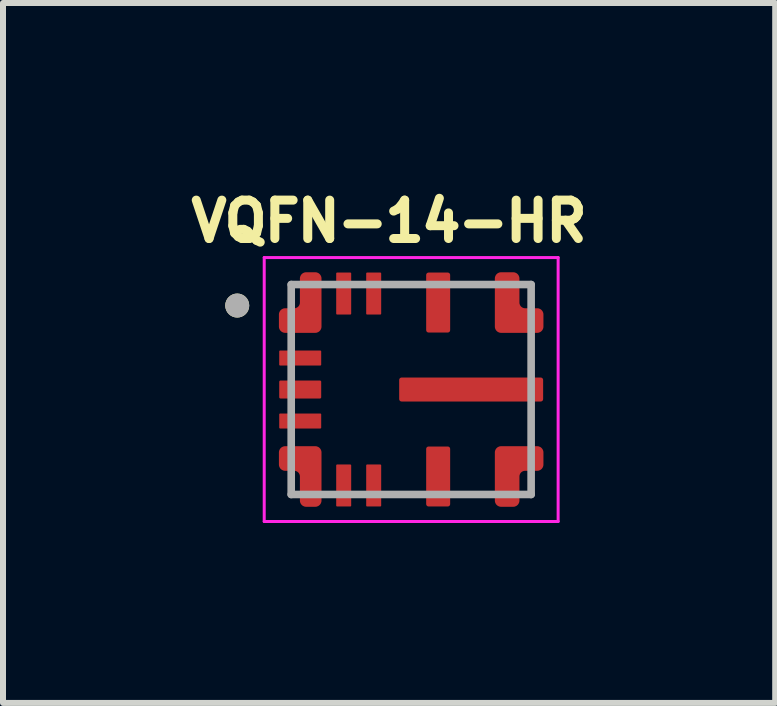
<source format=kicad_pcb>
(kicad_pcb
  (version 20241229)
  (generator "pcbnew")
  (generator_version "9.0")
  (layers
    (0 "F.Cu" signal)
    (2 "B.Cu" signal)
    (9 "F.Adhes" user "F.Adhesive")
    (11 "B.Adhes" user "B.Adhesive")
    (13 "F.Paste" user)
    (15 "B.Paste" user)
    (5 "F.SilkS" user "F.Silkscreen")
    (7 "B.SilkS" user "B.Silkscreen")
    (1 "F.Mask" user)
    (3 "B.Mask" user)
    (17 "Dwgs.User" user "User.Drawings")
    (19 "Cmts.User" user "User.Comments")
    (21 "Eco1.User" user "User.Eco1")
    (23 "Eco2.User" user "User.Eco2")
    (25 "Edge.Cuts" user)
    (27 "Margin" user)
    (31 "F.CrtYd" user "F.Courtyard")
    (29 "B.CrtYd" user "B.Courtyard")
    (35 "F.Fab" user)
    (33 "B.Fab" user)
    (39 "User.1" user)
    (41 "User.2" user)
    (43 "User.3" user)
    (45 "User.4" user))
  (footprint "VQFN-14-HR"
    (layer "F.Cu")
    (at 3.805 3.444)
    (property "Reference" "VQFN-14-HR" (at -0.368 -2.806 0) (layer "F.SilkS") (effects (font (size 0.64 0.64) (thickness 0.15))))
    (attr through_hole)
    (fp_poly (pts (xy -2.27 -0.645) (xy -2.27 -0.405) (xy -2.269 -0.401) (xy -2.268 -0.396) (xy -2.267 -0.392) (xy -2.266 -0.387) (xy -2.264 -0.383) (xy -2.262 -0.379) (xy -2.26 -0.375) (xy -2.257 -0.371) (xy -2.255 -0.367) (xy -2.252 -0.363) (xy -2.249 -0.36) (xy -2.246 -0.356) (xy -2.243 -0.353) (xy -2.239 -0.35) (xy -2.236 -0.347) (xy -2.232 -0.344) (xy -2.228 -0.342) (xy -2.224 -0.339) (xy -2.22 -0.337) (xy -2.216 -0.336) (xy -2.211 -0.334) (xy -2.207 -0.333) (xy -2.202 -0.331) (xy -2.198 -0.33) (xy -2.193 -0.33) (xy -2.189 -0.329) (xy -2.184 -0.329) (xy -2.179 -0.329) (xy -2.175 -0.329) (xy -2.17 -0.33) (xy -1.53 -0.33) (xy -1.525 -0.329) (xy -1.521 -0.329) (xy -1.516 -0.329) (xy -1.511 -0.329) (xy -1.507 -0.33) (xy -1.502 -0.33) (xy -1.498 -0.331) (xy -1.493 -0.333) (xy -1.489 -0.334) (xy -1.484 -0.336) (xy -1.48 -0.337) (xy -1.476 -0.339) (xy -1.472 -0.342) (xy -1.468 -0.344) (xy -1.464 -0.347) (xy -1.461 -0.35) (xy -1.457 -0.353) (xy -1.454 -0.356) (xy -1.451 -0.36) (xy -1.448 -0.363) (xy -1.445 -0.367) (xy -1.443 -0.371) (xy -1.44 -0.375) (xy -1.438 -0.379) (xy -1.436 -0.383) (xy -1.434 -0.387) (xy -1.433 -0.392) (xy -1.432 -0.396) (xy -1.431 -0.401) (xy -1.43 -0.405) (xy -1.43 -0.645) (xy -1.431 -0.649) (xy -1.432 -0.654) (xy -1.433 -0.658) (xy -1.434 -0.663) (xy -1.436 -0.667) (xy -1.438 -0.671) (xy -1.44 -0.675) (xy -1.443 -0.679) (xy -1.445 -0.683) (xy -1.448 -0.687) (xy -1.451 -0.69) (xy -1.454 -0.694) (xy -1.457 -0.697) (xy -1.461 -0.7) (xy -1.464 -0.703) (xy -1.468 -0.706) (xy -1.472 -0.708) (xy -1.476 -0.711) (xy -1.48 -0.713) (xy -1.484 -0.714) (xy -1.489 -0.716) (xy -1.493 -0.717) (xy -1.498 -0.719) (xy -1.502 -0.72) (xy -1.507 -0.72) (xy -1.511 -0.721) (xy -1.516 -0.721) (xy -1.521 -0.721) (xy -1.525 -0.721) (xy -1.53 -0.72) (xy -2.17 -0.72) (xy -2.175 -0.721) (xy -2.179 -0.721) (xy -2.184 -0.721) (xy -2.189 -0.721) (xy -2.193 -0.72) (xy -2.198 -0.72) (xy -2.202 -0.719) (xy -2.207 -0.717) (xy -2.211 -0.716) (xy -2.216 -0.714) (xy -2.22 -0.713) (xy -2.224 -0.711) (xy -2.228 -0.708) (xy -2.232 -0.706) (xy -2.236 -0.703) (xy -2.239 -0.7) (xy -2.243 -0.697) (xy -2.246 -0.694) (xy -2.249 -0.69) (xy -2.252 -0.687) (xy -2.255 -0.683) (xy -2.257 -0.679) (xy -2.26 -0.675) (xy -2.262 -0.671) (xy -2.264 -0.667) (xy -2.266 -0.663) (xy -2.267 -0.658) (xy -2.268 -0.654) (xy -2.269 -0.649) (xy -2.27 -0.645)) (stroke (width 0.01) (type solid)) (fill yes) (layer "F.Mask"))
    (fp_poly (pts (xy -2.27 -0.12) (xy -2.27 0.12) (xy -2.27 0.125) (xy -2.269 0.13) (xy -2.269 0.136) (xy -2.268 0.141) (xy -2.267 0.146) (xy -2.265 0.151) (xy -2.263 0.156) (xy -2.261 0.161) (xy -2.259 0.165) (xy -2.257 0.17) (xy -2.254 0.174) (xy -2.251 0.179) (xy -2.248 0.183) (xy -2.244 0.187) (xy -2.241 0.191) (xy -2.237 0.194) (xy -2.233 0.198) (xy -2.229 0.201) (xy -2.224 0.204) (xy -2.22 0.207) (xy -2.215 0.209) (xy -2.211 0.211) (xy -2.206 0.213) (xy -2.201 0.215) (xy -2.196 0.217) (xy -2.191 0.218) (xy -2.186 0.219) (xy -2.18 0.219) (xy -2.175 0.22) (xy -2.17 0.22) (xy -1.53 0.22) (xy -1.525 0.22) (xy -1.52 0.219) (xy -1.514 0.219) (xy -1.509 0.218) (xy -1.504 0.217) (xy -1.499 0.215) (xy -1.494 0.213) (xy -1.489 0.211) (xy -1.485 0.209) (xy -1.48 0.207) (xy -1.476 0.204) (xy -1.471 0.201) (xy -1.467 0.198) (xy -1.463 0.194) (xy -1.459 0.191) (xy -1.456 0.187) (xy -1.452 0.183) (xy -1.449 0.179) (xy -1.446 0.174) (xy -1.443 0.17) (xy -1.441 0.165) (xy -1.439 0.161) (xy -1.437 0.156) (xy -1.435 0.151) (xy -1.433 0.146) (xy -1.432 0.141) (xy -1.431 0.136) (xy -1.431 0.13) (xy -1.43 0.125) (xy -1.43 0.12) (xy -1.43 -0.12) (xy -1.43 -0.125) (xy -1.431 -0.13) (xy -1.431 -0.136) (xy -1.432 -0.141) (xy -1.433 -0.146) (xy -1.435 -0.151) (xy -1.437 -0.156) (xy -1.439 -0.161) (xy -1.441 -0.165) (xy -1.443 -0.17) (xy -1.446 -0.174) (xy -1.449 -0.179) (xy -1.452 -0.183) (xy -1.456 -0.187) (xy -1.459 -0.191) (xy -1.463 -0.194) (xy -1.467 -0.198) (xy -1.471 -0.201) (xy -1.476 -0.204) (xy -1.48 -0.207) (xy -1.485 -0.209) (xy -1.489 -0.211) (xy -1.494 -0.213) (xy -1.499 -0.215) (xy -1.504 -0.217) (xy -1.509 -0.218) (xy -1.514 -0.219) (xy -1.52 -0.219) (xy -1.525 -0.22) (xy -1.53 -0.22) (xy -2.17 -0.22) (xy -2.175 -0.22) (xy -2.18 -0.219) (xy -2.186 -0.219) (xy -2.191 -0.218) (xy -2.196 -0.217) (xy -2.201 -0.215) (xy -2.206 -0.213) (xy -2.211 -0.211) (xy -2.215 -0.209) (xy -2.22 -0.207) (xy -2.224 -0.204) (xy -2.229 -0.201) (xy -2.233 -0.198) (xy -2.237 -0.194) (xy -2.241 -0.191) (xy -2.244 -0.187) (xy -2.248 -0.183) (xy -2.251 -0.179) (xy -2.254 -0.174) (xy -2.257 -0.17) (xy -2.259 -0.165) (xy -2.261 -0.161) (xy -2.263 -0.156) (xy -2.265 -0.151) (xy -2.267 -0.146) (xy -2.268 -0.141) (xy -2.269 -0.136) (xy -2.269 -0.13) (xy -2.27 -0.125) (xy -2.27 -0.12)) (stroke (width 0.01) (type solid)) (fill yes) (layer "F.Mask"))
    (fp_poly (pts (xy -2.27 0.405) (xy -2.27 0.645) (xy -2.269 0.649) (xy -2.268 0.654) (xy -2.267 0.658) (xy -2.266 0.663) (xy -2.264 0.667) (xy -2.262 0.671) (xy -2.26 0.675) (xy -2.257 0.679) (xy -2.255 0.683) (xy -2.252 0.687) (xy -2.249 0.69) (xy -2.246 0.694) (xy -2.243 0.697) (xy -2.239 0.7) (xy -2.236 0.703) (xy -2.232 0.706) (xy -2.228 0.708) (xy -2.224 0.711) (xy -2.22 0.713) (xy -2.216 0.714) (xy -2.211 0.716) (xy -2.207 0.717) (xy -2.202 0.719) (xy -2.198 0.72) (xy -2.193 0.72) (xy -2.189 0.721) (xy -2.184 0.721) (xy -2.179 0.721) (xy -2.175 0.721) (xy -2.17 0.72) (xy -1.53 0.72) (xy -1.525 0.721) (xy -1.521 0.721) (xy -1.516 0.721) (xy -1.511 0.721) (xy -1.507 0.72) (xy -1.502 0.72) (xy -1.498 0.719) (xy -1.493 0.717) (xy -1.489 0.716) (xy -1.484 0.714) (xy -1.48 0.713) (xy -1.476 0.711) (xy -1.472 0.708) (xy -1.468 0.706) (xy -1.464 0.703) (xy -1.461 0.7) (xy -1.457 0.697) (xy -1.454 0.694) (xy -1.451 0.69) (xy -1.448 0.687) (xy -1.445 0.683) (xy -1.443 0.679) (xy -1.44 0.675) (xy -1.438 0.671) (xy -1.436 0.667) (xy -1.434 0.663) (xy -1.433 0.658) (xy -1.432 0.654) (xy -1.431 0.649) (xy -1.43 0.645) (xy -1.43 0.405) (xy -1.431 0.401) (xy -1.432 0.396) (xy -1.433 0.392) (xy -1.434 0.387) (xy -1.436 0.383) (xy -1.438 0.379) (xy -1.44 0.375) (xy -1.443 0.371) (xy -1.445 0.367) (xy -1.448 0.363) (xy -1.451 0.36) (xy -1.454 0.356) (xy -1.457 0.353) (xy -1.461 0.35) (xy -1.464 0.347) (xy -1.468 0.344) (xy -1.472 0.342) (xy -1.476 0.339) (xy -1.48 0.337) (xy -1.484 0.336) (xy -1.489 0.334) (xy -1.493 0.333) (xy -1.498 0.331) (xy -1.502 0.33) (xy -1.507 0.33) (xy -1.511 0.329) (xy -1.516 0.329) (xy -1.521 0.329) (xy -1.525 0.329) (xy -1.53 0.33) (xy -2.17 0.33) (xy -2.175 0.329) (xy -2.179 0.329) (xy -2.184 0.329) (xy -2.189 0.329) (xy -2.193 0.33) (xy -2.198 0.33) (xy -2.202 0.331) (xy -2.207 0.333) (xy -2.211 0.334) (xy -2.216 0.336) (xy -2.22 0.337) (xy -2.224 0.339) (xy -2.228 0.342) (xy -2.232 0.344) (xy -2.236 0.347) (xy -2.239 0.35) (xy -2.243 0.353) (xy -2.246 0.356) (xy -2.249 0.36) (xy -2.252 0.363) (xy -2.255 0.367) (xy -2.257 0.371) (xy -2.26 0.375) (xy -2.262 0.379) (xy -2.264 0.383) (xy -2.266 0.387) (xy -2.267 0.392) (xy -2.268 0.396) (xy -2.269 0.401) (xy -2.27 0.405)) (stroke (width 0.01) (type solid)) (fill yes) (layer "F.Mask"))
    (fp_poly (pts (xy -1.245 -1.18) (xy -1.005 -1.18) (xy -1.001 -1.181) (xy -0.996 -1.182) (xy -0.992 -1.183) (xy -0.987 -1.184) (xy -0.983 -1.186) (xy -0.979 -1.188) (xy -0.975 -1.19) (xy -0.971 -1.193) (xy -0.967 -1.195) (xy -0.963 -1.198) (xy -0.96 -1.201) (xy -0.956 -1.204) (xy -0.953 -1.207) (xy -0.95 -1.211) (xy -0.947 -1.214) (xy -0.944 -1.218) (xy -0.942 -1.222) (xy -0.939 -1.226) (xy -0.937 -1.23) (xy -0.936 -1.234) (xy -0.934 -1.239) (xy -0.933 -1.243) (xy -0.931 -1.248) (xy -0.93 -1.252) (xy -0.93 -1.257) (xy -0.929 -1.261) (xy -0.929 -1.266) (xy -0.929 -1.271) (xy -0.929 -1.275) (xy -0.93 -1.28) (xy -0.93 -1.92) (xy -0.929 -1.925) (xy -0.929 -1.929) (xy -0.929 -1.934) (xy -0.929 -1.939) (xy -0.93 -1.943) (xy -0.93 -1.948) (xy -0.931 -1.952) (xy -0.933 -1.957) (xy -0.934 -1.961) (xy -0.936 -1.966) (xy -0.937 -1.97) (xy -0.939 -1.974) (xy -0.942 -1.978) (xy -0.944 -1.982) (xy -0.947 -1.986) (xy -0.95 -1.989) (xy -0.953 -1.993) (xy -0.956 -1.996) (xy -0.96 -1.999) (xy -0.963 -2.002) (xy -0.967 -2.005) (xy -0.971 -2.007) (xy -0.975 -2.01) (xy -0.979 -2.012) (xy -0.983 -2.014) (xy -0.987 -2.016) (xy -0.992 -2.017) (xy -0.996 -2.018) (xy -1.001 -2.019) (xy -1.005 -2.02) (xy -1.245 -2.02) (xy -1.249 -2.019) (xy -1.254 -2.018) (xy -1.258 -2.017) (xy -1.263 -2.016) (xy -1.267 -2.014) (xy -1.271 -2.012) (xy -1.275 -2.01) (xy -1.279 -2.007) (xy -1.283 -2.005) (xy -1.287 -2.002) (xy -1.29 -1.999) (xy -1.294 -1.996) (xy -1.297 -1.993) (xy -1.3 -1.989) (xy -1.303 -1.986) (xy -1.306 -1.982) (xy -1.308 -1.978) (xy -1.311 -1.974) (xy -1.313 -1.97) (xy -1.314 -1.966) (xy -1.316 -1.961) (xy -1.317 -1.957) (xy -1.319 -1.952) (xy -1.32 -1.948) (xy -1.32 -1.943) (xy -1.321 -1.939) (xy -1.321 -1.934) (xy -1.321 -1.929) (xy -1.321 -1.925) (xy -1.32 -1.92) (xy -1.32 -1.28) (xy -1.321 -1.275) (xy -1.321 -1.271) (xy -1.321 -1.266) (xy -1.321 -1.261) (xy -1.32 -1.257) (xy -1.32 -1.252) (xy -1.319 -1.248) (xy -1.317 -1.243) (xy -1.316 -1.239) (xy -1.314 -1.234) (xy -1.313 -1.23) (xy -1.311 -1.226) (xy -1.308 -1.222) (xy -1.306 -1.218) (xy -1.303 -1.214) (xy -1.3 -1.211) (xy -1.297 -1.207) (xy -1.294 -1.204) (xy -1.29 -1.201) (xy -1.287 -1.198) (xy -1.283 -1.195) (xy -1.279 -1.193) (xy -1.275 -1.19) (xy -1.271 -1.188) (xy -1.267 -1.186) (xy -1.263 -1.184) (xy -1.258 -1.183) (xy -1.254 -1.182) (xy -1.249 -1.181) (xy -1.245 -1.18)) (stroke (width 0.01) (type solid)) (fill yes) (layer "F.Mask"))
    (fp_poly (pts (xy -1.245 2.02) (xy -1.005 2.02) (xy -1.001 2.019) (xy -0.996 2.018) (xy -0.992 2.017) (xy -0.987 2.016) (xy -0.983 2.014) (xy -0.979 2.012) (xy -0.975 2.01) (xy -0.971 2.007) (xy -0.967 2.005) (xy -0.963 2.002) (xy -0.96 1.999) (xy -0.956 1.996) (xy -0.953 1.993) (xy -0.95 1.989) (xy -0.947 1.986) (xy -0.944 1.982) (xy -0.942 1.978) (xy -0.939 1.974) (xy -0.937 1.97) (xy -0.936 1.966) (xy -0.934 1.961) (xy -0.933 1.957) (xy -0.931 1.952) (xy -0.93 1.948) (xy -0.93 1.943) (xy -0.929 1.939) (xy -0.929 1.934) (xy -0.929 1.929) (xy -0.929 1.925) (xy -0.93 1.92) (xy -0.93 1.28) (xy -0.929 1.275) (xy -0.929 1.271) (xy -0.929 1.266) (xy -0.929 1.261) (xy -0.93 1.257) (xy -0.93 1.252) (xy -0.931 1.248) (xy -0.933 1.243) (xy -0.934 1.239) (xy -0.936 1.234) (xy -0.937 1.23) (xy -0.939 1.226) (xy -0.942 1.222) (xy -0.944 1.218) (xy -0.947 1.214) (xy -0.95 1.211) (xy -0.953 1.207) (xy -0.956 1.204) (xy -0.96 1.201) (xy -0.963 1.198) (xy -0.967 1.195) (xy -0.971 1.193) (xy -0.975 1.19) (xy -0.979 1.188) (xy -0.983 1.186) (xy -0.987 1.184) (xy -0.992 1.183) (xy -0.996 1.182) (xy -1.001 1.181) (xy -1.005 1.18) (xy -1.245 1.18) (xy -1.249 1.181) (xy -1.254 1.182) (xy -1.258 1.183) (xy -1.263 1.184) (xy -1.267 1.186) (xy -1.271 1.188) (xy -1.275 1.19) (xy -1.279 1.193) (xy -1.283 1.195) (xy -1.287 1.198) (xy -1.29 1.201) (xy -1.294 1.204) (xy -1.297 1.207) (xy -1.3 1.211) (xy -1.303 1.214) (xy -1.306 1.218) (xy -1.308 1.222) (xy -1.311 1.226) (xy -1.313 1.23) (xy -1.314 1.234) (xy -1.316 1.239) (xy -1.317 1.243) (xy -1.319 1.248) (xy -1.32 1.252) (xy -1.32 1.257) (xy -1.321 1.261) (xy -1.321 1.266) (xy -1.321 1.271) (xy -1.321 1.275) (xy -1.32 1.28) (xy -1.32 1.92) (xy -1.321 1.925) (xy -1.321 1.929) (xy -1.321 1.934) (xy -1.321 1.939) (xy -1.32 1.943) (xy -1.32 1.948) (xy -1.319 1.952) (xy -1.317 1.957) (xy -1.316 1.961) (xy -1.314 1.966) (xy -1.313 1.97) (xy -1.311 1.974) (xy -1.308 1.978) (xy -1.306 1.982) (xy -1.303 1.986) (xy -1.3 1.989) (xy -1.297 1.993) (xy -1.294 1.996) (xy -1.29 1.999) (xy -1.287 2.002) (xy -1.283 2.005) (xy -1.279 2.007) (xy -1.275 2.01) (xy -1.271 2.012) (xy -1.267 2.014) (xy -1.263 2.016) (xy -1.258 2.017) (xy -1.254 2.018) (xy -1.249 2.019) (xy -1.245 2.02)) (stroke (width 0.01) (type solid)) (fill yes) (layer "F.Mask"))
    (fp_poly (pts (xy -0.745 -1.18) (xy -0.505 -1.18) (xy -0.501 -1.181) (xy -0.496 -1.182) (xy -0.492 -1.183) (xy -0.487 -1.184) (xy -0.483 -1.186) (xy -0.479 -1.188) (xy -0.475 -1.19) (xy -0.471 -1.193) (xy -0.467 -1.195) (xy -0.463 -1.198) (xy -0.46 -1.201) (xy -0.456 -1.204) (xy -0.453 -1.207) (xy -0.45 -1.211) (xy -0.447 -1.214) (xy -0.444 -1.218) (xy -0.442 -1.222) (xy -0.439 -1.226) (xy -0.437 -1.23) (xy -0.436 -1.234) (xy -0.434 -1.239) (xy -0.433 -1.243) (xy -0.431 -1.248) (xy -0.43 -1.252) (xy -0.43 -1.257) (xy -0.429 -1.261) (xy -0.429 -1.266) (xy -0.429 -1.271) (xy -0.429 -1.275) (xy -0.43 -1.28) (xy -0.43 -1.92) (xy -0.429 -1.925) (xy -0.429 -1.929) (xy -0.429 -1.934) (xy -0.429 -1.939) (xy -0.43 -1.943) (xy -0.43 -1.948) (xy -0.431 -1.952) (xy -0.433 -1.957) (xy -0.434 -1.961) (xy -0.436 -1.966) (xy -0.437 -1.97) (xy -0.439 -1.974) (xy -0.442 -1.978) (xy -0.444 -1.982) (xy -0.447 -1.986) (xy -0.45 -1.989) (xy -0.453 -1.993) (xy -0.456 -1.996) (xy -0.46 -1.999) (xy -0.463 -2.002) (xy -0.467 -2.005) (xy -0.471 -2.007) (xy -0.475 -2.01) (xy -0.479 -2.012) (xy -0.483 -2.014) (xy -0.487 -2.016) (xy -0.492 -2.017) (xy -0.496 -2.018) (xy -0.501 -2.019) (xy -0.505 -2.02) (xy -0.745 -2.02) (xy -0.749 -2.019) (xy -0.754 -2.018) (xy -0.758 -2.017) (xy -0.763 -2.016) (xy -0.767 -2.014) (xy -0.771 -2.012) (xy -0.775 -2.01) (xy -0.779 -2.007) (xy -0.783 -2.005) (xy -0.787 -2.002) (xy -0.79 -1.999) (xy -0.794 -1.996) (xy -0.797 -1.993) (xy -0.8 -1.989) (xy -0.803 -1.986) (xy -0.806 -1.982) (xy -0.808 -1.978) (xy -0.811 -1.974) (xy -0.813 -1.97) (xy -0.814 -1.966) (xy -0.816 -1.961) (xy -0.817 -1.957) (xy -0.819 -1.952) (xy -0.82 -1.948) (xy -0.82 -1.943) (xy -0.821 -1.939) (xy -0.821 -1.934) (xy -0.821 -1.929) (xy -0.821 -1.925) (xy -0.82 -1.92) (xy -0.82 -1.28) (xy -0.821 -1.275) (xy -0.821 -1.271) (xy -0.821 -1.266) (xy -0.821 -1.261) (xy -0.82 -1.257) (xy -0.82 -1.252) (xy -0.819 -1.248) (xy -0.817 -1.243) (xy -0.816 -1.239) (xy -0.814 -1.234) (xy -0.813 -1.23) (xy -0.811 -1.226) (xy -0.808 -1.222) (xy -0.806 -1.218) (xy -0.803 -1.214) (xy -0.8 -1.211) (xy -0.797 -1.207) (xy -0.794 -1.204) (xy -0.79 -1.201) (xy -0.787 -1.198) (xy -0.783 -1.195) (xy -0.779 -1.193) (xy -0.775 -1.19) (xy -0.771 -1.188) (xy -0.767 -1.186) (xy -0.763 -1.184) (xy -0.758 -1.183) (xy -0.754 -1.182) (xy -0.749 -1.181) (xy -0.745 -1.18)) (stroke (width 0.01) (type solid)) (fill yes) (layer "F.Mask"))
    (fp_poly (pts (xy -0.745 2.02) (xy -0.505 2.02) (xy -0.501 2.019) (xy -0.496 2.018) (xy -0.492 2.017) (xy -0.487 2.016) (xy -0.483 2.014) (xy -0.479 2.012) (xy -0.475 2.01) (xy -0.471 2.007) (xy -0.467 2.005) (xy -0.463 2.002) (xy -0.46 1.999) (xy -0.456 1.996) (xy -0.453 1.993) (xy -0.45 1.989) (xy -0.447 1.986) (xy -0.444 1.982) (xy -0.442 1.978) (xy -0.439 1.974) (xy -0.437 1.97) (xy -0.436 1.966) (xy -0.434 1.961) (xy -0.433 1.957) (xy -0.431 1.952) (xy -0.43 1.948) (xy -0.43 1.943) (xy -0.429 1.939) (xy -0.429 1.934) (xy -0.429 1.929) (xy -0.429 1.925) (xy -0.43 1.92) (xy -0.43 1.28) (xy -0.429 1.275) (xy -0.429 1.271) (xy -0.429 1.266) (xy -0.429 1.261) (xy -0.43 1.257) (xy -0.43 1.252) (xy -0.431 1.248) (xy -0.433 1.243) (xy -0.434 1.239) (xy -0.436 1.234) (xy -0.437 1.23) (xy -0.439 1.226) (xy -0.442 1.222) (xy -0.444 1.218) (xy -0.447 1.214) (xy -0.45 1.211) (xy -0.453 1.207) (xy -0.456 1.204) (xy -0.46 1.201) (xy -0.463 1.198) (xy -0.467 1.195) (xy -0.471 1.193) (xy -0.475 1.19) (xy -0.479 1.188) (xy -0.483 1.186) (xy -0.487 1.184) (xy -0.492 1.183) (xy -0.496 1.182) (xy -0.501 1.181) (xy -0.505 1.18) (xy -0.745 1.18) (xy -0.749 1.181) (xy -0.754 1.182) (xy -0.758 1.183) (xy -0.763 1.184) (xy -0.767 1.186) (xy -0.771 1.188) (xy -0.775 1.19) (xy -0.779 1.193) (xy -0.783 1.195) (xy -0.787 1.198) (xy -0.79 1.201) (xy -0.794 1.204) (xy -0.797 1.207) (xy -0.8 1.211) (xy -0.803 1.214) (xy -0.806 1.218) (xy -0.808 1.222) (xy -0.811 1.226) (xy -0.813 1.23) (xy -0.814 1.234) (xy -0.816 1.239) (xy -0.817 1.243) (xy -0.819 1.248) (xy -0.82 1.252) (xy -0.82 1.257) (xy -0.821 1.261) (xy -0.821 1.266) (xy -0.821 1.271) (xy -0.821 1.275) (xy -0.82 1.28) (xy -0.82 1.92) (xy -0.821 1.925) (xy -0.821 1.929) (xy -0.821 1.934) (xy -0.821 1.939) (xy -0.82 1.943) (xy -0.82 1.948) (xy -0.819 1.952) (xy -0.817 1.957) (xy -0.816 1.961) (xy -0.814 1.966) (xy -0.813 1.97) (xy -0.811 1.974) (xy -0.808 1.978) (xy -0.806 1.982) (xy -0.803 1.986) (xy -0.8 1.989) (xy -0.797 1.993) (xy -0.794 1.996) (xy -0.79 1.999) (xy -0.787 2.002) (xy -0.783 2.005) (xy -0.779 2.007) (xy -0.775 2.01) (xy -0.771 2.012) (xy -0.767 2.014) (xy -0.763 2.016) (xy -0.758 2.017) (xy -0.754 2.018) (xy -0.749 2.019) (xy -0.745 2.02)) (stroke (width 0.01) (type solid)) (fill yes) (layer "F.Mask"))
    (fp_poly (pts (xy -0.17 -0.27) (xy 2.17 -0.27) (xy 2.175 -0.27) (xy 2.18 -0.269) (xy 2.186 -0.269) (xy 2.191 -0.268) (xy 2.196 -0.267) (xy 2.201 -0.265) (xy 2.206 -0.263) (xy 2.211 -0.261) (xy 2.215 -0.259) (xy 2.22 -0.257) (xy 2.224 -0.254) (xy 2.229 -0.251) (xy 2.233 -0.248) (xy 2.237 -0.244) (xy 2.241 -0.241) (xy 2.244 -0.237) (xy 2.248 -0.233) (xy 2.251 -0.229) (xy 2.254 -0.224) (xy 2.257 -0.22) (xy 2.259 -0.215) (xy 2.261 -0.211) (xy 2.263 -0.206) (xy 2.265 -0.201) (xy 2.267 -0.196) (xy 2.268 -0.191) (xy 2.269 -0.186) (xy 2.269 -0.18) (xy 2.27 -0.175) (xy 2.27 -0.17) (xy 2.27 0.17) (xy 2.27 0.175) (xy 2.269 0.18) (xy 2.269 0.186) (xy 2.268 0.191) (xy 2.267 0.196) (xy 2.265 0.201) (xy 2.263 0.206) (xy 2.261 0.211) (xy 2.259 0.215) (xy 2.257 0.22) (xy 2.254 0.224) (xy 2.251 0.229) (xy 2.248 0.233) (xy 2.244 0.237) (xy 2.241 0.241) (xy 2.237 0.244) (xy 2.233 0.248) (xy 2.229 0.251) (xy 2.224 0.254) (xy 2.22 0.257) (xy 2.215 0.259) (xy 2.211 0.261) (xy 2.206 0.263) (xy 2.201 0.265) (xy 2.196 0.267) (xy 2.191 0.268) (xy 2.186 0.269) (xy 2.18 0.269) (xy 2.175 0.27) (xy 2.17 0.27) (xy -0.17 0.27) (xy -0.175 0.27) (xy -0.18 0.269) (xy -0.186 0.269) (xy -0.191 0.268) (xy -0.196 0.267) (xy -0.201 0.265) (xy -0.206 0.263) (xy -0.211 0.261) (xy -0.215 0.259) (xy -0.22 0.257) (xy -0.224 0.254) (xy -0.229 0.251) (xy -0.233 0.248) (xy -0.237 0.244) (xy -0.241 0.241) (xy -0.244 0.237) (xy -0.248 0.233) (xy -0.251 0.229) (xy -0.254 0.224) (xy -0.257 0.22) (xy -0.259 0.215) (xy -0.261 0.211) (xy -0.263 0.206) (xy -0.265 0.201) (xy -0.267 0.196) (xy -0.268 0.191) (xy -0.269 0.186) (xy -0.269 0.18) (xy -0.27 0.175) (xy -0.27 0.17) (xy -0.27 -0.17) (xy -0.27 -0.175) (xy -0.269 -0.18) (xy -0.269 -0.186) (xy -0.268 -0.191) (xy -0.267 -0.196) (xy -0.265 -0.201) (xy -0.263 -0.206) (xy -0.261 -0.211) (xy -0.259 -0.215) (xy -0.257 -0.22) (xy -0.254 -0.224) (xy -0.251 -0.229) (xy -0.248 -0.233) (xy -0.244 -0.237) (xy -0.241 -0.241) (xy -0.237 -0.244) (xy -0.233 -0.248) (xy -0.229 -0.251) (xy -0.224 -0.254) (xy -0.22 -0.257) (xy -0.215 -0.259) (xy -0.211 -0.261) (xy -0.206 -0.263) (xy -0.201 -0.265) (xy -0.196 -0.267) (xy -0.191 -0.268) (xy -0.186 -0.269) (xy -0.18 -0.269) (xy -0.175 -0.27) (xy -0.17 -0.27)) (stroke (width 0.01) (type solid)) (fill yes) (layer "F.Mask"))
    (fp_poly (pts (xy 0.62 -2.02) (xy 0.28 -2.02) (xy 0.275 -2.019) (xy 0.269 -2.018) (xy 0.263 -2.016) (xy 0.257 -2.015) (xy 0.252 -2.013) (xy 0.246 -2.01) (xy 0.241 -2.007) (xy 0.235 -2.004) (xy 0.23 -2.001) (xy 0.225 -1.998) (xy 0.22 -1.994) (xy 0.216 -1.99) (xy 0.212 -1.986) (xy 0.207 -1.981) (xy 0.204 -1.976) (xy 0.2 -1.972) (xy 0.197 -1.966) (xy 0.194 -1.961) (xy 0.191 -1.956) (xy 0.188 -1.95) (xy 0.186 -1.945) (xy 0.184 -1.939) (xy 0.182 -1.933) (xy 0.181 -1.927) (xy 0.18 -1.921) (xy 0.179 -1.915) (xy 0.179 -1.909) (xy 0.179 -1.903) (xy 0.179 -1.897) (xy 0.18 -1.89) (xy 0.18 -1.01) (xy 0.179 -1.003) (xy 0.179 -0.997) (xy 0.179 -0.991) (xy 0.179 -0.985) (xy 0.18 -0.979) (xy 0.181 -0.973) (xy 0.182 -0.967) (xy 0.184 -0.961) (xy 0.186 -0.955) (xy 0.188 -0.95) (xy 0.191 -0.944) (xy 0.194 -0.939) (xy 0.197 -0.934) (xy 0.2 -0.928) (xy 0.204 -0.924) (xy 0.207 -0.919) (xy 0.212 -0.914) (xy 0.216 -0.91) (xy 0.22 -0.906) (xy 0.225 -0.902) (xy 0.23 -0.899) (xy 0.235 -0.896) (xy 0.241 -0.893) (xy 0.246 -0.89) (xy 0.252 -0.887) (xy 0.257 -0.885) (xy 0.263 -0.884) (xy 0.269 -0.882) (xy 0.275 -0.881) (xy 0.28 -0.88) (xy 0.62 -0.88) (xy 0.625 -0.881) (xy 0.631 -0.882) (xy 0.637 -0.884) (xy 0.643 -0.885) (xy 0.648 -0.887) (xy 0.654 -0.89) (xy 0.659 -0.893) (xy 0.665 -0.896) (xy 0.67 -0.899) (xy 0.675 -0.902) (xy 0.68 -0.906) (xy 0.684 -0.91) (xy 0.688 -0.914) (xy 0.693 -0.919) (xy 0.696 -0.924) (xy 0.7 -0.928) (xy 0.703 -0.934) (xy 0.706 -0.939) (xy 0.709 -0.944) (xy 0.712 -0.95) (xy 0.714 -0.955) (xy 0.716 -0.961) (xy 0.718 -0.967) (xy 0.719 -0.973) (xy 0.72 -0.979) (xy 0.721 -0.985) (xy 0.721 -0.991) (xy 0.721 -0.997) (xy 0.721 -1.003) (xy 0.72 -1.01) (xy 0.72 -1.89) (xy 0.721 -1.897) (xy 0.721 -1.903) (xy 0.721 -1.909) (xy 0.721 -1.915) (xy 0.72 -1.921) (xy 0.719 -1.927) (xy 0.718 -1.933) (xy 0.716 -1.939) (xy 0.714 -1.945) (xy 0.712 -1.95) (xy 0.709 -1.956) (xy 0.706 -1.961) (xy 0.703 -1.966) (xy 0.7 -1.972) (xy 0.696 -1.976) (xy 0.693 -1.981) (xy 0.688 -1.986) (xy 0.684 -1.99) (xy 0.68 -1.994) (xy 0.675 -1.998) (xy 0.67 -2.001) (xy 0.665 -2.004) (xy 0.659 -2.007) (xy 0.654 -2.01) (xy 0.648 -2.013) (xy 0.643 -2.015) (xy 0.637 -2.016) (xy 0.631 -2.018) (xy 0.625 -2.019) (xy 0.62 -2.02)) (stroke (width 0.01) (type solid)) (fill yes) (layer "F.Mask"))
    (fp_poly (pts (xy 0.62 0.88) (xy 0.28 0.88) (xy 0.275 0.881) (xy 0.269 0.882) (xy 0.263 0.884) (xy 0.257 0.885) (xy 0.252 0.887) (xy 0.246 0.89) (xy 0.241 0.893) (xy 0.235 0.896) (xy 0.23 0.899) (xy 0.225 0.902) (xy 0.22 0.906) (xy 0.216 0.91) (xy 0.212 0.914) (xy 0.207 0.919) (xy 0.204 0.924) (xy 0.2 0.928) (xy 0.197 0.934) (xy 0.194 0.939) (xy 0.191 0.944) (xy 0.188 0.95) (xy 0.186 0.955) (xy 0.184 0.961) (xy 0.182 0.967) (xy 0.181 0.973) (xy 0.18 0.979) (xy 0.179 0.985) (xy 0.179 0.991) (xy 0.179 0.997) (xy 0.179 1.003) (xy 0.18 1.01) (xy 0.18 1.89) (xy 0.179 1.897) (xy 0.179 1.903) (xy 0.179 1.909) (xy 0.179 1.915) (xy 0.18 1.921) (xy 0.181 1.927) (xy 0.182 1.933) (xy 0.184 1.939) (xy 0.186 1.945) (xy 0.188 1.95) (xy 0.191 1.956) (xy 0.194 1.961) (xy 0.197 1.966) (xy 0.2 1.972) (xy 0.204 1.976) (xy 0.207 1.981) (xy 0.212 1.986) (xy 0.216 1.99) (xy 0.22 1.994) (xy 0.225 1.998) (xy 0.23 2.001) (xy 0.235 2.004) (xy 0.241 2.007) (xy 0.246 2.01) (xy 0.252 2.013) (xy 0.257 2.015) (xy 0.263 2.016) (xy 0.269 2.018) (xy 0.275 2.019) (xy 0.28 2.02) (xy 0.62 2.02) (xy 0.625 2.019) (xy 0.631 2.018) (xy 0.637 2.016) (xy 0.643 2.015) (xy 0.648 2.013) (xy 0.654 2.01) (xy 0.659 2.007) (xy 0.665 2.004) (xy 0.67 2.001) (xy 0.675 1.998) (xy 0.68 1.994) (xy 0.684 1.99) (xy 0.688 1.986) (xy 0.693 1.981) (xy 0.696 1.976) (xy 0.7 1.972) (xy 0.703 1.966) (xy 0.706 1.961) (xy 0.709 1.956) (xy 0.712 1.95) (xy 0.714 1.945) (xy 0.716 1.939) (xy 0.718 1.933) (xy 0.719 1.927) (xy 0.72 1.921) (xy 0.721 1.915) (xy 0.721 1.909) (xy 0.721 1.903) (xy 0.721 1.897) (xy 0.72 1.89) (xy 0.72 1.01) (xy 0.721 1.003) (xy 0.721 0.997) (xy 0.721 0.991) (xy 0.721 0.985) (xy 0.72 0.979) (xy 0.719 0.973) (xy 0.718 0.967) (xy 0.716 0.961) (xy 0.714 0.955) (xy 0.712 0.95) (xy 0.709 0.944) (xy 0.706 0.939) (xy 0.703 0.934) (xy 0.7 0.928) (xy 0.696 0.924) (xy 0.693 0.919) (xy 0.688 0.914) (xy 0.684 0.91) (xy 0.68 0.906) (xy 0.675 0.902) (xy 0.67 0.899) (xy 0.665 0.896) (xy 0.659 0.893) (xy 0.654 0.89) (xy 0.648 0.887) (xy 0.643 0.885) (xy 0.637 0.884) (xy 0.631 0.882) (xy 0.625 0.881) (xy 0.62 0.88)) (stroke (width 0.01) (type solid)) (fill yes) (layer "F.Mask"))
    (fp_poly (pts (xy -1.92 -1.45) (xy -1.92 -1.85) (xy -1.92 -1.859) (xy -1.919 -1.868) (xy -1.918 -1.877) (xy -1.916 -1.885) (xy -1.914 -1.894) (xy -1.912 -1.903) (xy -1.909 -1.911) (xy -1.905 -1.919) (xy -1.901 -1.927) (xy -1.897 -1.935) (xy -1.893 -1.943) (xy -1.888 -1.95) (xy -1.882 -1.957) (xy -1.876 -1.964) (xy -1.87 -1.97) (xy -1.864 -1.976) (xy -1.857 -1.982) (xy -1.85 -1.988) (xy -1.843 -1.993) (xy -1.835 -1.997) (xy -1.827 -2.001) (xy -1.819 -2.005) (xy -1.811 -2.009) (xy -1.803 -2.012) (xy -1.794 -2.014) (xy -1.785 -2.016) (xy -1.777 -2.018) (xy -1.768 -2.019) (xy -1.759 -2.02) (xy -1.75 -2.02) (xy -1.6 -2.02) (xy -1.591 -2.02) (xy -1.582 -2.019) (xy -1.573 -2.018) (xy -1.565 -2.016) (xy -1.556 -2.014) (xy -1.547 -2.012) (xy -1.539 -2.009) (xy -1.531 -2.005) (xy -1.523 -2.001) (xy -1.515 -1.997) (xy -1.507 -1.993) (xy -1.5 -1.988) (xy -1.493 -1.982) (xy -1.486 -1.976) (xy -1.48 -1.97) (xy -1.474 -1.964) (xy -1.468 -1.957) (xy -1.462 -1.95) (xy -1.457 -1.943) (xy -1.453 -1.935) (xy -1.449 -1.927) (xy -1.445 -1.919) (xy -1.441 -1.911) (xy -1.438 -1.903) (xy -1.436 -1.894) (xy -1.434 -1.885) (xy -1.432 -1.877) (xy -1.431 -1.868) (xy -1.43 -1.859) (xy -1.43 -1.85) (xy -1.43 -1.05) (xy -1.43 -1.041) (xy -1.431 -1.032) (xy -1.432 -1.023) (xy -1.434 -1.015) (xy -1.436 -1.006) (xy -1.438 -0.997) (xy -1.441 -0.989) (xy -1.445 -0.981) (xy -1.449 -0.973) (xy -1.453 -0.965) (xy -1.457 -0.957) (xy -1.462 -0.95) (xy -1.468 -0.943) (xy -1.474 -0.936) (xy -1.48 -0.93) (xy -1.486 -0.924) (xy -1.493 -0.918) (xy -1.5 -0.912) (xy -1.507 -0.907) (xy -1.515 -0.903) (xy -1.523 -0.899) (xy -1.531 -0.895) (xy -1.539 -0.891) (xy -1.547 -0.888) (xy -1.556 -0.886) (xy -1.565 -0.884) (xy -1.573 -0.882) (xy -1.582 -0.881) (xy -1.591 -0.88) (xy -1.6 -0.88) (xy -2.1 -0.88) (xy -2.109 -0.88) (xy -2.118 -0.881) (xy -2.127 -0.882) (xy -2.135 -0.884) (xy -2.144 -0.886) (xy -2.153 -0.888) (xy -2.161 -0.891) (xy -2.169 -0.895) (xy -2.177 -0.899) (xy -2.185 -0.903) (xy -2.193 -0.907) (xy -2.2 -0.912) (xy -2.207 -0.918) (xy -2.214 -0.924) (xy -2.22 -0.93) (xy -2.226 -0.936) (xy -2.232 -0.943) (xy -2.238 -0.95) (xy -2.243 -0.957) (xy -2.247 -0.965) (xy -2.251 -0.973) (xy -2.255 -0.981) (xy -2.259 -0.989) (xy -2.262 -0.997) (xy -2.264 -1.006) (xy -2.266 -1.015) (xy -2.268 -1.023) (xy -2.269 -1.032) (xy -2.27 -1.041) (xy -2.27 -1.05) (xy -2.27 -1.25) (xy -2.27 -1.259) (xy -2.269 -1.268) (xy -2.268 -1.277) (xy -2.266 -1.285) (xy -2.264 -1.294) (xy -2.262 -1.303) (xy -2.259 -1.311) (xy -2.255 -1.319) (xy -2.251 -1.327) (xy -2.247 -1.335) (xy -2.243 -1.343) (xy -2.238 -1.35) (xy -2.232 -1.357) (xy -2.226 -1.364) (xy -2.22 -1.37) (xy -2.214 -1.376) (xy -2.207 -1.382) (xy -2.2 -1.388) (xy -2.193 -1.393) (xy -2.185 -1.397) (xy -2.177 -1.401) (xy -2.169 -1.405) (xy -2.161 -1.409) (xy -2.153 -1.412) (xy -2.144 -1.414) (xy -2.135 -1.416) (xy -2.127 -1.418) (xy -2.118 -1.419) (xy -2.109 -1.42) (xy -2.1 -1.42) (xy -1.95 -1.42) (xy -1.948 -1.42) (xy -1.947 -1.42) (xy -1.945 -1.42) (xy -1.944 -1.421) (xy -1.942 -1.421) (xy -1.941 -1.421) (xy -1.939 -1.422) (xy -1.938 -1.423) (xy -1.936 -1.423) (xy -1.935 -1.424) (xy -1.934 -1.425) (xy -1.932 -1.426) (xy -1.931 -1.427) (xy -1.93 -1.428) (xy -1.929 -1.429) (xy -1.928 -1.43) (xy -1.927 -1.431) (xy -1.926 -1.432) (xy -1.925 -1.434) (xy -1.924 -1.435) (xy -1.923 -1.436) (xy -1.923 -1.438) (xy -1.922 -1.439) (xy -1.921 -1.441) (xy -1.921 -1.442) (xy -1.921 -1.444) (xy -1.92 -1.445) (xy -1.92 -1.447) (xy -1.92 -1.448) (xy -1.92 -1.45)) (stroke (width 0.01) (type solid)) (fill yes) (layer "F.Mask"))
    (fp_poly (pts (xy -1.92 1.45) (xy -1.92 1.85) (xy -1.92 1.859) (xy -1.919 1.868) (xy -1.918 1.877) (xy -1.916 1.885) (xy -1.914 1.894) (xy -1.912 1.903) (xy -1.909 1.911) (xy -1.905 1.919) (xy -1.901 1.927) (xy -1.897 1.935) (xy -1.893 1.943) (xy -1.888 1.95) (xy -1.882 1.957) (xy -1.876 1.964) (xy -1.87 1.97) (xy -1.864 1.976) (xy -1.857 1.982) (xy -1.85 1.988) (xy -1.843 1.993) (xy -1.835 1.997) (xy -1.827 2.001) (xy -1.819 2.005) (xy -1.811 2.009) (xy -1.803 2.012) (xy -1.794 2.014) (xy -1.785 2.016) (xy -1.777 2.018) (xy -1.768 2.019) (xy -1.759 2.02) (xy -1.75 2.02) (xy -1.6 2.02) (xy -1.591 2.02) (xy -1.582 2.019) (xy -1.573 2.018) (xy -1.565 2.016) (xy -1.556 2.014) (xy -1.547 2.012) (xy -1.539 2.009) (xy -1.531 2.005) (xy -1.523 2.001) (xy -1.515 1.997) (xy -1.507 1.993) (xy -1.5 1.988) (xy -1.493 1.982) (xy -1.486 1.976) (xy -1.48 1.97) (xy -1.474 1.964) (xy -1.468 1.957) (xy -1.462 1.95) (xy -1.457 1.943) (xy -1.453 1.935) (xy -1.449 1.927) (xy -1.445 1.919) (xy -1.441 1.911) (xy -1.438 1.903) (xy -1.436 1.894) (xy -1.434 1.885) (xy -1.432 1.877) (xy -1.431 1.868) (xy -1.43 1.859) (xy -1.43 1.85) (xy -1.43 1.05) (xy -1.43 1.041) (xy -1.431 1.032) (xy -1.432 1.023) (xy -1.434 1.015) (xy -1.436 1.006) (xy -1.438 0.997) (xy -1.441 0.989) (xy -1.445 0.981) (xy -1.449 0.973) (xy -1.453 0.965) (xy -1.457 0.957) (xy -1.462 0.95) (xy -1.468 0.943) (xy -1.474 0.936) (xy -1.48 0.93) (xy -1.486 0.924) (xy -1.493 0.918) (xy -1.5 0.912) (xy -1.507 0.907) (xy -1.515 0.903) (xy -1.523 0.899) (xy -1.531 0.895) (xy -1.539 0.891) (xy -1.547 0.888) (xy -1.556 0.886) (xy -1.565 0.884) (xy -1.573 0.882) (xy -1.582 0.881) (xy -1.591 0.88) (xy -1.6 0.88) (xy -2.1 0.88) (xy -2.109 0.88) (xy -2.118 0.881) (xy -2.127 0.882) (xy -2.135 0.884) (xy -2.144 0.886) (xy -2.153 0.888) (xy -2.161 0.891) (xy -2.169 0.895) (xy -2.177 0.899) (xy -2.185 0.903) (xy -2.193 0.907) (xy -2.2 0.912) (xy -2.207 0.918) (xy -2.214 0.924) (xy -2.22 0.93) (xy -2.226 0.936) (xy -2.232 0.943) (xy -2.238 0.95) (xy -2.243 0.957) (xy -2.247 0.965) (xy -2.251 0.973) (xy -2.255 0.981) (xy -2.259 0.989) (xy -2.262 0.997) (xy -2.264 1.006) (xy -2.266 1.015) (xy -2.268 1.023) (xy -2.269 1.032) (xy -2.27 1.041) (xy -2.27 1.05) (xy -2.27 1.25) (xy -2.27 1.259) (xy -2.269 1.268) (xy -2.268 1.277) (xy -2.266 1.285) (xy -2.264 1.294) (xy -2.262 1.303) (xy -2.259 1.311) (xy -2.255 1.319) (xy -2.251 1.327) (xy -2.247 1.335) (xy -2.243 1.343) (xy -2.238 1.35) (xy -2.232 1.357) (xy -2.226 1.364) (xy -2.22 1.37) (xy -2.214 1.376) (xy -2.207 1.382) (xy -2.2 1.388) (xy -2.193 1.393) (xy -2.185 1.397) (xy -2.177 1.401) (xy -2.169 1.405) (xy -2.161 1.409) (xy -2.153 1.412) (xy -2.144 1.414) (xy -2.135 1.416) (xy -2.127 1.418) (xy -2.118 1.419) (xy -2.109 1.42) (xy -2.1 1.42) (xy -1.95 1.42) (xy -1.948 1.42) (xy -1.947 1.42) (xy -1.945 1.42) (xy -1.944 1.421) (xy -1.942 1.421) (xy -1.941 1.421) (xy -1.939 1.422) (xy -1.938 1.423) (xy -1.936 1.423) (xy -1.935 1.424) (xy -1.934 1.425) (xy -1.932 1.426) (xy -1.931 1.427) (xy -1.93 1.428) (xy -1.929 1.429) (xy -1.928 1.43) (xy -1.927 1.431) (xy -1.926 1.432) (xy -1.925 1.434) (xy -1.924 1.435) (xy -1.923 1.436) (xy -1.923 1.438) (xy -1.922 1.439) (xy -1.921 1.441) (xy -1.921 1.442) (xy -1.921 1.444) (xy -1.92 1.445) (xy -1.92 1.447) (xy -1.92 1.448) (xy -1.92 1.45)) (stroke (width 0.01) (type solid)) (fill yes) (layer "F.Mask"))
    (fp_poly (pts (xy 1.87 -1.45) (xy 1.87 -1.85) (xy 1.87 -1.859) (xy 1.869 -1.868) (xy 1.868 -1.877) (xy 1.866 -1.885) (xy 1.864 -1.894) (xy 1.862 -1.903) (xy 1.859 -1.911) (xy 1.855 -1.919) (xy 1.851 -1.927) (xy 1.847 -1.935) (xy 1.843 -1.943) (xy 1.838 -1.95) (xy 1.832 -1.957) (xy 1.826 -1.964) (xy 1.82 -1.97) (xy 1.814 -1.976) (xy 1.807 -1.982) (xy 1.8 -1.988) (xy 1.793 -1.993) (xy 1.785 -1.997) (xy 1.777 -2.001) (xy 1.769 -2.005) (xy 1.761 -2.009) (xy 1.753 -2.012) (xy 1.744 -2.014) (xy 1.735 -2.016) (xy 1.727 -2.018) (xy 1.718 -2.019) (xy 1.709 -2.02) (xy 1.7 -2.02) (xy 1.5 -2.02) (xy 1.491 -2.02) (xy 1.482 -2.019) (xy 1.473 -2.018) (xy 1.465 -2.016) (xy 1.456 -2.014) (xy 1.447 -2.012) (xy 1.439 -2.009) (xy 1.431 -2.005) (xy 1.423 -2.001) (xy 1.415 -1.997) (xy 1.407 -1.993) (xy 1.4 -1.988) (xy 1.393 -1.982) (xy 1.386 -1.976) (xy 1.38 -1.97) (xy 1.374 -1.964) (xy 1.368 -1.957) (xy 1.362 -1.95) (xy 1.357 -1.943) (xy 1.353 -1.935) (xy 1.349 -1.927) (xy 1.345 -1.919) (xy 1.341 -1.911) (xy 1.338 -1.903) (xy 1.336 -1.894) (xy 1.334 -1.885) (xy 1.332 -1.877) (xy 1.331 -1.868) (xy 1.33 -1.859) (xy 1.33 -1.85) (xy 1.33 -1.05) (xy 1.33 -1.041) (xy 1.331 -1.032) (xy 1.332 -1.023) (xy 1.334 -1.015) (xy 1.336 -1.006) (xy 1.338 -0.997) (xy 1.341 -0.989) (xy 1.345 -0.981) (xy 1.349 -0.973) (xy 1.353 -0.965) (xy 1.357 -0.957) (xy 1.362 -0.95) (xy 1.368 -0.943) (xy 1.374 -0.936) (xy 1.38 -0.93) (xy 1.386 -0.924) (xy 1.393 -0.918) (xy 1.4 -0.912) (xy 1.407 -0.907) (xy 1.415 -0.903) (xy 1.423 -0.899) (xy 1.431 -0.895) (xy 1.439 -0.891) (xy 1.447 -0.888) (xy 1.456 -0.886) (xy 1.465 -0.884) (xy 1.473 -0.882) (xy 1.482 -0.881) (xy 1.491 -0.88) (xy 1.5 -0.88) (xy 2.1 -0.88) (xy 2.109 -0.88) (xy 2.118 -0.881) (xy 2.127 -0.882) (xy 2.135 -0.884) (xy 2.144 -0.886) (xy 2.153 -0.888) (xy 2.161 -0.891) (xy 2.169 -0.895) (xy 2.177 -0.899) (xy 2.185 -0.903) (xy 2.193 -0.907) (xy 2.2 -0.912) (xy 2.207 -0.918) (xy 2.214 -0.924) (xy 2.22 -0.93) (xy 2.226 -0.936) (xy 2.232 -0.943) (xy 2.238 -0.95) (xy 2.243 -0.957) (xy 2.247 -0.965) (xy 2.251 -0.973) (xy 2.255 -0.981) (xy 2.259 -0.989) (xy 2.262 -0.997) (xy 2.264 -1.006) (xy 2.266 -1.015) (xy 2.268 -1.023) (xy 2.269 -1.032) (xy 2.27 -1.041) (xy 2.27 -1.05) (xy 2.27 -1.25) (xy 2.27 -1.259) (xy 2.269 -1.268) (xy 2.268 -1.277) (xy 2.266 -1.285) (xy 2.264 -1.294) (xy 2.262 -1.303) (xy 2.259 -1.311) (xy 2.255 -1.319) (xy 2.251 -1.327) (xy 2.247 -1.335) (xy 2.243 -1.343) (xy 2.238 -1.35) (xy 2.232 -1.357) (xy 2.226 -1.364) (xy 2.22 -1.37) (xy 2.214 -1.376) (xy 2.207 -1.382) (xy 2.2 -1.388) (xy 2.193 -1.393) (xy 2.185 -1.397) (xy 2.177 -1.401) (xy 2.169 -1.405) (xy 2.161 -1.409) (xy 2.153 -1.412) (xy 2.144 -1.414) (xy 2.135 -1.416) (xy 2.127 -1.418) (xy 2.118 -1.419) (xy 2.109 -1.42) (xy 2.1 -1.42) (xy 1.9 -1.42) (xy 1.898 -1.42) (xy 1.897 -1.42) (xy 1.895 -1.42) (xy 1.894 -1.421) (xy 1.892 -1.421) (xy 1.891 -1.421) (xy 1.889 -1.422) (xy 1.888 -1.423) (xy 1.886 -1.423) (xy 1.885 -1.424) (xy 1.884 -1.425) (xy 1.882 -1.426) (xy 1.881 -1.427) (xy 1.88 -1.428) (xy 1.879 -1.429) (xy 1.878 -1.43) (xy 1.877 -1.431) (xy 1.876 -1.432) (xy 1.875 -1.434) (xy 1.874 -1.435) (xy 1.873 -1.436) (xy 1.873 -1.438) (xy 1.872 -1.439) (xy 1.871 -1.441) (xy 1.871 -1.442) (xy 1.871 -1.444) (xy 1.87 -1.445) (xy 1.87 -1.447) (xy 1.87 -1.448) (xy 1.87 -1.45)) (stroke (width 0.01) (type solid)) (fill yes) (layer "F.Mask"))
    (fp_poly (pts (xy 1.87 1.45) (xy 1.87 1.85) (xy 1.87 1.859) (xy 1.869 1.868) (xy 1.868 1.877) (xy 1.866 1.885) (xy 1.864 1.894) (xy 1.862 1.903) (xy 1.859 1.911) (xy 1.855 1.919) (xy 1.851 1.927) (xy 1.847 1.935) (xy 1.843 1.943) (xy 1.838 1.95) (xy 1.832 1.957) (xy 1.826 1.964) (xy 1.82 1.97) (xy 1.814 1.976) (xy 1.807 1.982) (xy 1.8 1.988) (xy 1.793 1.993) (xy 1.785 1.997) (xy 1.777 2.001) (xy 1.769 2.005) (xy 1.761 2.009) (xy 1.753 2.012) (xy 1.744 2.014) (xy 1.735 2.016) (xy 1.727 2.018) (xy 1.718 2.019) (xy 1.709 2.02) (xy 1.7 2.02) (xy 1.5 2.02) (xy 1.491 2.02) (xy 1.482 2.019) (xy 1.473 2.018) (xy 1.465 2.016) (xy 1.456 2.014) (xy 1.447 2.012) (xy 1.439 2.009) (xy 1.431 2.005) (xy 1.423 2.001) (xy 1.415 1.997) (xy 1.407 1.993) (xy 1.4 1.988) (xy 1.393 1.982) (xy 1.386 1.976) (xy 1.38 1.97) (xy 1.374 1.964) (xy 1.368 1.957) (xy 1.362 1.95) (xy 1.357 1.943) (xy 1.353 1.935) (xy 1.349 1.927) (xy 1.345 1.919) (xy 1.341 1.911) (xy 1.338 1.903) (xy 1.336 1.894) (xy 1.334 1.885) (xy 1.332 1.877) (xy 1.331 1.868) (xy 1.33 1.859) (xy 1.33 1.85) (xy 1.33 1.05) (xy 1.33 1.041) (xy 1.331 1.032) (xy 1.332 1.023) (xy 1.334 1.015) (xy 1.336 1.006) (xy 1.338 0.997) (xy 1.341 0.989) (xy 1.345 0.981) (xy 1.349 0.973) (xy 1.353 0.965) (xy 1.357 0.957) (xy 1.362 0.95) (xy 1.368 0.943) (xy 1.374 0.936) (xy 1.38 0.93) (xy 1.386 0.924) (xy 1.393 0.918) (xy 1.4 0.912) (xy 1.407 0.907) (xy 1.415 0.903) (xy 1.423 0.899) (xy 1.431 0.895) (xy 1.439 0.891) (xy 1.447 0.888) (xy 1.456 0.886) (xy 1.465 0.884) (xy 1.473 0.882) (xy 1.482 0.881) (xy 1.491 0.88) (xy 1.5 0.88) (xy 2.1 0.88) (xy 2.109 0.88) (xy 2.118 0.881) (xy 2.127 0.882) (xy 2.135 0.884) (xy 2.144 0.886) (xy 2.153 0.888) (xy 2.161 0.891) (xy 2.169 0.895) (xy 2.177 0.899) (xy 2.185 0.903) (xy 2.193 0.907) (xy 2.2 0.912) (xy 2.207 0.918) (xy 2.214 0.924) (xy 2.22 0.93) (xy 2.226 0.936) (xy 2.232 0.943) (xy 2.238 0.95) (xy 2.243 0.957) (xy 2.247 0.965) (xy 2.251 0.973) (xy 2.255 0.981) (xy 2.259 0.989) (xy 2.262 0.997) (xy 2.264 1.006) (xy 2.266 1.015) (xy 2.268 1.023) (xy 2.269 1.032) (xy 2.27 1.041) (xy 2.27 1.05) (xy 2.27 1.25) (xy 2.27 1.259) (xy 2.269 1.268) (xy 2.268 1.277) (xy 2.266 1.285) (xy 2.264 1.294) (xy 2.262 1.303) (xy 2.259 1.311) (xy 2.255 1.319) (xy 2.251 1.327) (xy 2.247 1.335) (xy 2.243 1.343) (xy 2.238 1.35) (xy 2.232 1.357) (xy 2.226 1.364) (xy 2.22 1.37) (xy 2.214 1.376) (xy 2.207 1.382) (xy 2.2 1.388) (xy 2.193 1.393) (xy 2.185 1.397) (xy 2.177 1.401) (xy 2.169 1.405) (xy 2.161 1.409) (xy 2.153 1.412) (xy 2.144 1.414) (xy 2.135 1.416) (xy 2.127 1.418) (xy 2.118 1.419) (xy 2.109 1.42) (xy 2.1 1.42) (xy 1.9 1.42) (xy 1.898 1.42) (xy 1.897 1.42) (xy 1.895 1.42) (xy 1.894 1.421) (xy 1.892 1.421) (xy 1.891 1.421) (xy 1.889 1.422) (xy 1.888 1.423) (xy 1.886 1.423) (xy 1.885 1.424) (xy 1.884 1.425) (xy 1.882 1.426) (xy 1.881 1.427) (xy 1.88 1.428) (xy 1.879 1.429) (xy 1.878 1.43) (xy 1.877 1.431) (xy 1.876 1.432) (xy 1.875 1.434) (xy 1.874 1.435) (xy 1.873 1.436) (xy 1.873 1.438) (xy 1.872 1.439) (xy 1.871 1.441) (xy 1.871 1.442) (xy 1.871 1.444) (xy 1.87 1.445) (xy 1.87 1.447) (xy 1.87 1.448) (xy 1.87 1.45)) (stroke (width 0.01) (type solid)) (fill yes) (layer "F.Mask"))
    (fp_circle (center -2.9 -1.4) (end -2.8 -1.4) (stroke (width 0.2) (type solid)) (fill no) (layer "F.SilkS"))
    (fp_poly (pts (xy -0.2 -0.1) (xy -0.2 0.1) (xy -0.2 0.105) (xy -0.199 0.11) (xy -0.199 0.116) (xy -0.198 0.121) (xy -0.197 0.126) (xy -0.195 0.131) (xy -0.193 0.136) (xy -0.191 0.141) (xy -0.189 0.145) (xy -0.187 0.15) (xy -0.184 0.154) (xy -0.181 0.159) (xy -0.178 0.163) (xy -0.174 0.167) (xy -0.171 0.171) (xy -0.167 0.174) (xy -0.163 0.178) (xy -0.159 0.181) (xy -0.154 0.184) (xy -0.15 0.187) (xy -0.145 0.189) (xy -0.141 0.191) (xy -0.136 0.193) (xy -0.131 0.195) (xy -0.126 0.197) (xy -0.121 0.198) (xy -0.116 0.199) (xy -0.11 0.199) (xy -0.105 0.2) (xy -0.1 0.2) (xy 0.8 0.2) (xy 0.805 0.2) (xy 0.81 0.199) (xy 0.816 0.199) (xy 0.821 0.198) (xy 0.826 0.197) (xy 0.831 0.195) (xy 0.836 0.193) (xy 0.841 0.191) (xy 0.845 0.189) (xy 0.85 0.187) (xy 0.854 0.184) (xy 0.859 0.181) (xy 0.863 0.178) (xy 0.867 0.174) (xy 0.871 0.171) (xy 0.874 0.167) (xy 0.878 0.163) (xy 0.881 0.159) (xy 0.884 0.154) (xy 0.887 0.15) (xy 0.889 0.145) (xy 0.891 0.141) (xy 0.893 0.136) (xy 0.895 0.131) (xy 0.897 0.126) (xy 0.898 0.121) (xy 0.899 0.116) (xy 0.899 0.11) (xy 0.9 0.105) (xy 0.9 0.1) (xy 0.9 -0.1) (xy 0.9 -0.105) (xy 0.899 -0.11) (xy 0.899 -0.116) (xy 0.898 -0.121) (xy 0.897 -0.126) (xy 0.895 -0.131) (xy 0.893 -0.136) (xy 0.891 -0.141) (xy 0.889 -0.145) (xy 0.887 -0.15) (xy 0.884 -0.154) (xy 0.881 -0.159) (xy 0.878 -0.163) (xy 0.874 -0.167) (xy 0.871 -0.171) (xy 0.867 -0.174) (xy 0.863 -0.178) (xy 0.859 -0.181) (xy 0.854 -0.184) (xy 0.85 -0.187) (xy 0.845 -0.189) (xy 0.841 -0.191) (xy 0.836 -0.193) (xy 0.831 -0.195) (xy 0.826 -0.197) (xy 0.821 -0.198) (xy 0.816 -0.199) (xy 0.81 -0.199) (xy 0.805 -0.2) (xy 0.8 -0.2) (xy -0.1 -0.2) (xy -0.105 -0.2) (xy -0.11 -0.199) (xy -0.116 -0.199) (xy -0.121 -0.198) (xy -0.126 -0.197) (xy -0.131 -0.195) (xy -0.136 -0.193) (xy -0.141 -0.191) (xy -0.145 -0.189) (xy -0.15 -0.187) (xy -0.154 -0.184) (xy -0.159 -0.181) (xy -0.163 -0.178) (xy -0.167 -0.174) (xy -0.171 -0.171) (xy -0.174 -0.167) (xy -0.178 -0.163) (xy -0.181 -0.159) (xy -0.184 -0.154) (xy -0.187 -0.15) (xy -0.189 -0.145) (xy -0.191 -0.141) (xy -0.193 -0.136) (xy -0.195 -0.131) (xy -0.197 -0.126) (xy -0.198 -0.121) (xy -0.199 -0.116) (xy -0.199 -0.11) (xy -0.2 -0.105) (xy -0.2 -0.1)) (stroke (width 0.01) (type solid)) (fill yes) (layer "F.Paste"))
    (fp_poly (pts (xy 1.1 -0.1) (xy 1.1 0.1) (xy 1.1 0.105) (xy 1.101 0.11) (xy 1.101 0.116) (xy 1.102 0.121) (xy 1.103 0.126) (xy 1.105 0.131) (xy 1.107 0.136) (xy 1.109 0.141) (xy 1.111 0.145) (xy 1.113 0.15) (xy 1.116 0.154) (xy 1.119 0.159) (xy 1.122 0.163) (xy 1.126 0.167) (xy 1.129 0.171) (xy 1.133 0.174) (xy 1.137 0.178) (xy 1.141 0.181) (xy 1.146 0.184) (xy 1.15 0.187) (xy 1.155 0.189) (xy 1.159 0.191) (xy 1.164 0.193) (xy 1.169 0.195) (xy 1.174 0.197) (xy 1.179 0.198) (xy 1.184 0.199) (xy 1.19 0.199) (xy 1.195 0.2) (xy 1.2 0.2) (xy 2.1 0.2) (xy 2.105 0.2) (xy 2.11 0.199) (xy 2.116 0.199) (xy 2.121 0.198) (xy 2.126 0.197) (xy 2.131 0.195) (xy 2.136 0.193) (xy 2.141 0.191) (xy 2.145 0.189) (xy 2.15 0.187) (xy 2.154 0.184) (xy 2.159 0.181) (xy 2.163 0.178) (xy 2.167 0.174) (xy 2.171 0.171) (xy 2.174 0.167) (xy 2.178 0.163) (xy 2.181 0.159) (xy 2.184 0.154) (xy 2.187 0.15) (xy 2.189 0.145) (xy 2.191 0.141) (xy 2.193 0.136) (xy 2.195 0.131) (xy 2.197 0.126) (xy 2.198 0.121) (xy 2.199 0.116) (xy 2.199 0.11) (xy 2.2 0.105) (xy 2.2 0.1) (xy 2.2 -0.1) (xy 2.2 -0.105) (xy 2.199 -0.11) (xy 2.199 -0.116) (xy 2.198 -0.121) (xy 2.197 -0.126) (xy 2.195 -0.131) (xy 2.193 -0.136) (xy 2.191 -0.141) (xy 2.189 -0.145) (xy 2.187 -0.15) (xy 2.184 -0.154) (xy 2.181 -0.159) (xy 2.178 -0.163) (xy 2.174 -0.167) (xy 2.171 -0.171) (xy 2.167 -0.174) (xy 2.163 -0.178) (xy 2.159 -0.181) (xy 2.154 -0.184) (xy 2.15 -0.187) (xy 2.145 -0.189) (xy 2.141 -0.191) (xy 2.136 -0.193) (xy 2.131 -0.195) (xy 2.126 -0.197) (xy 2.121 -0.198) (xy 2.116 -0.199) (xy 2.11 -0.199) (xy 2.105 -0.2) (xy 2.1 -0.2) (xy 1.2 -0.2) (xy 1.195 -0.2) (xy 1.19 -0.199) (xy 1.184 -0.199) (xy 1.179 -0.198) (xy 1.174 -0.197) (xy 1.169 -0.195) (xy 1.164 -0.193) (xy 1.159 -0.191) (xy 1.155 -0.189) (xy 1.15 -0.187) (xy 1.146 -0.184) (xy 1.141 -0.181) (xy 1.137 -0.178) (xy 1.133 -0.174) (xy 1.129 -0.171) (xy 1.126 -0.167) (xy 1.122 -0.163) (xy 1.119 -0.159) (xy 1.116 -0.154) (xy 1.113 -0.15) (xy 1.111 -0.145) (xy 1.109 -0.141) (xy 1.107 -0.136) (xy 1.105 -0.131) (xy 1.103 -0.126) (xy 1.102 -0.121) (xy 1.101 -0.116) (xy 1.101 -0.11) (xy 1.1 -0.105) (xy 1.1 -0.1)) (stroke (width 0.01) (type solid)) (fill yes) (layer "F.Paste"))
    (fp_poly (pts (xy -1.8 -1.45) (xy -1.8 -1.9) (xy -1.8 -1.903) (xy -1.8 -1.905) (xy -1.799 -1.908) (xy -1.799 -1.91) (xy -1.798 -1.913) (xy -1.798 -1.915) (xy -1.797 -1.918) (xy -1.796 -1.92) (xy -1.795 -1.923) (xy -1.793 -1.925) (xy -1.792 -1.927) (xy -1.79 -1.929) (xy -1.789 -1.931) (xy -1.787 -1.933) (xy -1.785 -1.935) (xy -1.783 -1.937) (xy -1.781 -1.939) (xy -1.779 -1.94) (xy -1.777 -1.942) (xy -1.775 -1.943) (xy -1.773 -1.945) (xy -1.77 -1.946) (xy -1.768 -1.947) (xy -1.765 -1.948) (xy -1.763 -1.948) (xy -1.76 -1.949) (xy -1.758 -1.949) (xy -1.755 -1.95) (xy -1.753 -1.95) (xy -1.75 -1.95) (xy -1.6 -1.95) (xy -1.595 -1.95) (xy -1.59 -1.949) (xy -1.584 -1.949) (xy -1.579 -1.948) (xy -1.574 -1.947) (xy -1.569 -1.945) (xy -1.564 -1.943) (xy -1.559 -1.941) (xy -1.555 -1.939) (xy -1.55 -1.937) (xy -1.546 -1.934) (xy -1.541 -1.931) (xy -1.537 -1.928) (xy -1.533 -1.924) (xy -1.529 -1.921) (xy -1.526 -1.917) (xy -1.522 -1.913) (xy -1.519 -1.909) (xy -1.516 -1.904) (xy -1.513 -1.9) (xy -1.511 -1.895) (xy -1.509 -1.891) (xy -1.507 -1.886) (xy -1.505 -1.881) (xy -1.503 -1.876) (xy -1.502 -1.871) (xy -1.501 -1.866) (xy -1.501 -1.86) (xy -1.5 -1.855) (xy -1.5 -1.85) (xy -1.5 -1.05) (xy -1.5 -1.045) (xy -1.501 -1.04) (xy -1.501 -1.034) (xy -1.502 -1.029) (xy -1.503 -1.024) (xy -1.505 -1.019) (xy -1.507 -1.014) (xy -1.509 -1.009) (xy -1.511 -1.005) (xy -1.513 -1) (xy -1.516 -0.996) (xy -1.519 -0.991) (xy -1.522 -0.987) (xy -1.526 -0.983) (xy -1.529 -0.979) (xy -1.533 -0.976) (xy -1.537 -0.972) (xy -1.541 -0.969) (xy -1.546 -0.966) (xy -1.55 -0.963) (xy -1.555 -0.961) (xy -1.559 -0.959) (xy -1.564 -0.957) (xy -1.569 -0.955) (xy -1.574 -0.953) (xy -1.579 -0.952) (xy -1.584 -0.951) (xy -1.59 -0.951) (xy -1.595 -0.95) (xy -1.6 -0.95) (xy -2.1 -0.95) (xy -2.105 -0.95) (xy -2.11 -0.951) (xy -2.116 -0.951) (xy -2.121 -0.952) (xy -2.126 -0.953) (xy -2.131 -0.955) (xy -2.136 -0.957) (xy -2.141 -0.959) (xy -2.145 -0.961) (xy -2.15 -0.963) (xy -2.154 -0.966) (xy -2.159 -0.969) (xy -2.163 -0.972) (xy -2.167 -0.976) (xy -2.171 -0.979) (xy -2.174 -0.983) (xy -2.178 -0.987) (xy -2.181 -0.991) (xy -2.184 -0.996) (xy -2.187 -1) (xy -2.189 -1.005) (xy -2.191 -1.009) (xy -2.193 -1.014) (xy -2.195 -1.019) (xy -2.197 -1.024) (xy -2.198 -1.029) (xy -2.199 -1.034) (xy -2.199 -1.04) (xy -2.2 -1.045) (xy -2.2 -1.05) (xy -2.2 -1.25) (xy -2.2 -1.253) (xy -2.2 -1.255) (xy -2.199 -1.258) (xy -2.199 -1.26) (xy -2.198 -1.263) (xy -2.198 -1.265) (xy -2.197 -1.268) (xy -2.196 -1.27) (xy -2.195 -1.273) (xy -2.193 -1.275) (xy -2.192 -1.277) (xy -2.19 -1.279) (xy -2.189 -1.281) (xy -2.187 -1.283) (xy -2.185 -1.285) (xy -2.183 -1.287) (xy -2.181 -1.289) (xy -2.179 -1.29) (xy -2.177 -1.292) (xy -2.175 -1.293) (xy -2.173 -1.295) (xy -2.17 -1.296) (xy -2.168 -1.297) (xy -2.165 -1.298) (xy -2.163 -1.298) (xy -2.16 -1.299) (xy -2.158 -1.299) (xy -2.155 -1.3) (xy -2.153 -1.3) (xy -2.15 -1.3) (xy -1.95 -1.3) (xy -1.942 -1.3) (xy -1.934 -1.301) (xy -1.927 -1.302) (xy -1.919 -1.303) (xy -1.911 -1.305) (xy -1.904 -1.307) (xy -1.896 -1.31) (xy -1.889 -1.313) (xy -1.882 -1.316) (xy -1.875 -1.32) (xy -1.868 -1.324) (xy -1.862 -1.329) (xy -1.856 -1.333) (xy -1.85 -1.339) (xy -1.844 -1.344) (xy -1.839 -1.35) (xy -1.833 -1.356) (xy -1.829 -1.362) (xy -1.824 -1.368) (xy -1.82 -1.375) (xy -1.816 -1.382) (xy -1.813 -1.389) (xy -1.81 -1.396) (xy -1.807 -1.404) (xy -1.805 -1.411) (xy -1.803 -1.419) (xy -1.802 -1.427) (xy -1.801 -1.434) (xy -1.8 -1.442) (xy -1.8 -1.45)) (stroke (width 0.01) (type solid)) (fill yes) (layer "F.Paste"))
    (fp_poly (pts (xy -1.8 1.45) (xy -1.8 1.9) (xy -1.8 1.903) (xy -1.8 1.905) (xy -1.799 1.908) (xy -1.799 1.91) (xy -1.798 1.913) (xy -1.798 1.915) (xy -1.797 1.918) (xy -1.796 1.92) (xy -1.795 1.923) (xy -1.793 1.925) (xy -1.792 1.927) (xy -1.79 1.929) (xy -1.789 1.931) (xy -1.787 1.933) (xy -1.785 1.935) (xy -1.783 1.937) (xy -1.781 1.939) (xy -1.779 1.94) (xy -1.777 1.942) (xy -1.775 1.943) (xy -1.773 1.945) (xy -1.77 1.946) (xy -1.768 1.947) (xy -1.765 1.948) (xy -1.763 1.948) (xy -1.76 1.949) (xy -1.758 1.949) (xy -1.755 1.95) (xy -1.753 1.95) (xy -1.75 1.95) (xy -1.6 1.95) (xy -1.595 1.95) (xy -1.59 1.949) (xy -1.584 1.949) (xy -1.579 1.948) (xy -1.574 1.947) (xy -1.569 1.945) (xy -1.564 1.943) (xy -1.559 1.941) (xy -1.555 1.939) (xy -1.55 1.937) (xy -1.546 1.934) (xy -1.541 1.931) (xy -1.537 1.928) (xy -1.533 1.924) (xy -1.529 1.921) (xy -1.526 1.917) (xy -1.522 1.913) (xy -1.519 1.909) (xy -1.516 1.904) (xy -1.513 1.9) (xy -1.511 1.895) (xy -1.509 1.891) (xy -1.507 1.886) (xy -1.505 1.881) (xy -1.503 1.876) (xy -1.502 1.871) (xy -1.501 1.866) (xy -1.501 1.86) (xy -1.5 1.855) (xy -1.5 1.85) (xy -1.5 1.05) (xy -1.5 1.045) (xy -1.501 1.04) (xy -1.501 1.034) (xy -1.502 1.029) (xy -1.503 1.024) (xy -1.505 1.019) (xy -1.507 1.014) (xy -1.509 1.009) (xy -1.511 1.005) (xy -1.513 1) (xy -1.516 0.996) (xy -1.519 0.991) (xy -1.522 0.987) (xy -1.526 0.983) (xy -1.529 0.979) (xy -1.533 0.976) (xy -1.537 0.972) (xy -1.541 0.969) (xy -1.546 0.966) (xy -1.55 0.963) (xy -1.555 0.961) (xy -1.559 0.959) (xy -1.564 0.957) (xy -1.569 0.955) (xy -1.574 0.953) (xy -1.579 0.952) (xy -1.584 0.951) (xy -1.59 0.951) (xy -1.595 0.95) (xy -1.6 0.95) (xy -2.1 0.95) (xy -2.105 0.95) (xy -2.11 0.951) (xy -2.116 0.951) (xy -2.121 0.952) (xy -2.126 0.953) (xy -2.131 0.955) (xy -2.136 0.957) (xy -2.141 0.959) (xy -2.145 0.961) (xy -2.15 0.963) (xy -2.154 0.966) (xy -2.159 0.969) (xy -2.163 0.972) (xy -2.167 0.976) (xy -2.171 0.979) (xy -2.174 0.983) (xy -2.178 0.987) (xy -2.181 0.991) (xy -2.184 0.996) (xy -2.187 1) (xy -2.189 1.005) (xy -2.191 1.009) (xy -2.193 1.014) (xy -2.195 1.019) (xy -2.197 1.024) (xy -2.198 1.029) (xy -2.199 1.034) (xy -2.199 1.04) (xy -2.2 1.045) (xy -2.2 1.05) (xy -2.2 1.25) (xy -2.2 1.253) (xy -2.2 1.255) (xy -2.199 1.258) (xy -2.199 1.26) (xy -2.198 1.263) (xy -2.198 1.265) (xy -2.197 1.268) (xy -2.196 1.27) (xy -2.195 1.273) (xy -2.193 1.275) (xy -2.192 1.277) (xy -2.19 1.279) (xy -2.189 1.281) (xy -2.187 1.283) (xy -2.185 1.285) (xy -2.183 1.287) (xy -2.181 1.289) (xy -2.179 1.29) (xy -2.177 1.292) (xy -2.175 1.293) (xy -2.173 1.295) (xy -2.17 1.296) (xy -2.168 1.297) (xy -2.165 1.298) (xy -2.163 1.298) (xy -2.16 1.299) (xy -2.158 1.299) (xy -2.155 1.3) (xy -2.153 1.3) (xy -2.15 1.3) (xy -1.95 1.3) (xy -1.942 1.3) (xy -1.934 1.301) (xy -1.927 1.302) (xy -1.919 1.303) (xy -1.911 1.305) (xy -1.904 1.307) (xy -1.896 1.31) (xy -1.889 1.313) (xy -1.882 1.316) (xy -1.875 1.32) (xy -1.868 1.324) (xy -1.862 1.329) (xy -1.856 1.333) (xy -1.85 1.339) (xy -1.844 1.344) (xy -1.839 1.35) (xy -1.833 1.356) (xy -1.829 1.362) (xy -1.824 1.368) (xy -1.82 1.375) (xy -1.816 1.382) (xy -1.813 1.389) (xy -1.81 1.396) (xy -1.807 1.404) (xy -1.805 1.411) (xy -1.803 1.419) (xy -1.802 1.427) (xy -1.801 1.434) (xy -1.8 1.442) (xy -1.8 1.45)) (stroke (width 0.01) (type solid)) (fill yes) (layer "F.Paste"))
    (fp_poly (pts (xy 1.75 -1.45) (xy 1.75 -1.85) (xy 1.75 -1.855) (xy 1.749 -1.86) (xy 1.749 -1.866) (xy 1.748 -1.871) (xy 1.747 -1.876) (xy 1.745 -1.881) (xy 1.743 -1.886) (xy 1.741 -1.891) (xy 1.739 -1.895) (xy 1.737 -1.9) (xy 1.734 -1.904) (xy 1.731 -1.909) (xy 1.728 -1.913) (xy 1.724 -1.917) (xy 1.721 -1.921) (xy 1.717 -1.924) (xy 1.713 -1.928) (xy 1.709 -1.931) (xy 1.704 -1.934) (xy 1.7 -1.937) (xy 1.695 -1.939) (xy 1.691 -1.941) (xy 1.686 -1.943) (xy 1.681 -1.945) (xy 1.676 -1.947) (xy 1.671 -1.948) (xy 1.666 -1.949) (xy 1.66 -1.949) (xy 1.655 -1.95) (xy 1.65 -1.95) (xy 1.5 -1.95) (xy 1.495 -1.95) (xy 1.49 -1.949) (xy 1.484 -1.949) (xy 1.479 -1.948) (xy 1.474 -1.947) (xy 1.469 -1.945) (xy 1.464 -1.943) (xy 1.459 -1.941) (xy 1.455 -1.939) (xy 1.45 -1.937) (xy 1.446 -1.934) (xy 1.441 -1.931) (xy 1.437 -1.928) (xy 1.433 -1.924) (xy 1.429 -1.921) (xy 1.426 -1.917) (xy 1.422 -1.913) (xy 1.419 -1.909) (xy 1.416 -1.904) (xy 1.413 -1.9) (xy 1.411 -1.895) (xy 1.409 -1.891) (xy 1.407 -1.886) (xy 1.405 -1.881) (xy 1.403 -1.876) (xy 1.402 -1.871) (xy 1.401 -1.866) (xy 1.401 -1.86) (xy 1.4 -1.855) (xy 1.4 -1.85) (xy 1.4 -1.05) (xy 1.4 -1.045) (xy 1.401 -1.04) (xy 1.401 -1.034) (xy 1.402 -1.029) (xy 1.403 -1.024) (xy 1.405 -1.019) (xy 1.407 -1.014) (xy 1.409 -1.009) (xy 1.411 -1.005) (xy 1.413 -1) (xy 1.416 -0.996) (xy 1.419 -0.991) (xy 1.422 -0.987) (xy 1.426 -0.983) (xy 1.429 -0.979) (xy 1.433 -0.976) (xy 1.437 -0.972) (xy 1.441 -0.969) (xy 1.446 -0.966) (xy 1.45 -0.963) (xy 1.455 -0.961) (xy 1.459 -0.959) (xy 1.464 -0.957) (xy 1.469 -0.955) (xy 1.474 -0.953) (xy 1.479 -0.952) (xy 1.484 -0.951) (xy 1.49 -0.951) (xy 1.495 -0.95) (xy 1.5 -0.95) (xy 2.1 -0.95) (xy 2.105 -0.95) (xy 2.11 -0.951) (xy 2.116 -0.951) (xy 2.121 -0.952) (xy 2.126 -0.953) (xy 2.131 -0.955) (xy 2.136 -0.957) (xy 2.141 -0.959) (xy 2.145 -0.961) (xy 2.15 -0.963) (xy 2.154 -0.966) (xy 2.159 -0.969) (xy 2.163 -0.972) (xy 2.167 -0.976) (xy 2.171 -0.979) (xy 2.174 -0.983) (xy 2.178 -0.987) (xy 2.181 -0.991) (xy 2.184 -0.996) (xy 2.187 -1) (xy 2.189 -1.005) (xy 2.191 -1.009) (xy 2.193 -1.014) (xy 2.195 -1.019) (xy 2.197 -1.024) (xy 2.198 -1.029) (xy 2.199 -1.034) (xy 2.199 -1.04) (xy 2.2 -1.045) (xy 2.2 -1.05) (xy 2.2 -1.2) (xy 2.2 -1.205) (xy 2.199 -1.21) (xy 2.199 -1.216) (xy 2.198 -1.221) (xy 2.197 -1.226) (xy 2.195 -1.231) (xy 2.193 -1.236) (xy 2.191 -1.241) (xy 2.189 -1.245) (xy 2.187 -1.25) (xy 2.184 -1.254) (xy 2.181 -1.259) (xy 2.178 -1.263) (xy 2.174 -1.267) (xy 2.171 -1.271) (xy 2.167 -1.274) (xy 2.163 -1.278) (xy 2.159 -1.281) (xy 2.154 -1.284) (xy 2.15 -1.287) (xy 2.145 -1.289) (xy 2.141 -1.291) (xy 2.136 -1.293) (xy 2.131 -1.295) (xy 2.126 -1.297) (xy 2.121 -1.298) (xy 2.116 -1.299) (xy 2.11 -1.299) (xy 2.105 -1.3) (xy 2.1 -1.3) (xy 1.9 -1.3) (xy 1.892 -1.3) (xy 1.884 -1.301) (xy 1.877 -1.302) (xy 1.869 -1.303) (xy 1.861 -1.305) (xy 1.854 -1.307) (xy 1.846 -1.31) (xy 1.839 -1.313) (xy 1.832 -1.316) (xy 1.825 -1.32) (xy 1.818 -1.324) (xy 1.812 -1.329) (xy 1.806 -1.333) (xy 1.8 -1.339) (xy 1.794 -1.344) (xy 1.789 -1.35) (xy 1.783 -1.356) (xy 1.779 -1.362) (xy 1.774 -1.368) (xy 1.77 -1.375) (xy 1.766 -1.382) (xy 1.763 -1.389) (xy 1.76 -1.396) (xy 1.757 -1.404) (xy 1.755 -1.411) (xy 1.753 -1.419) (xy 1.752 -1.427) (xy 1.751 -1.434) (xy 1.75 -1.442) (xy 1.75 -1.45)) (stroke (width 0.01) (type solid)) (fill yes) (layer "F.Paste"))
    (fp_poly (pts (xy 1.75 1.45) (xy 1.75 1.85) (xy 1.75 1.855) (xy 1.749 1.86) (xy 1.749 1.866) (xy 1.748 1.871) (xy 1.747 1.876) (xy 1.745 1.881) (xy 1.743 1.886) (xy 1.741 1.891) (xy 1.739 1.895) (xy 1.737 1.9) (xy 1.734 1.904) (xy 1.731 1.909) (xy 1.728 1.913) (xy 1.724 1.917) (xy 1.721 1.921) (xy 1.717 1.924) (xy 1.713 1.928) (xy 1.709 1.931) (xy 1.704 1.934) (xy 1.7 1.937) (xy 1.695 1.939) (xy 1.691 1.941) (xy 1.686 1.943) (xy 1.681 1.945) (xy 1.676 1.947) (xy 1.671 1.948) (xy 1.666 1.949) (xy 1.66 1.949) (xy 1.655 1.95) (xy 1.65 1.95) (xy 1.5 1.95) (xy 1.495 1.95) (xy 1.49 1.949) (xy 1.484 1.949) (xy 1.479 1.948) (xy 1.474 1.947) (xy 1.469 1.945) (xy 1.464 1.943) (xy 1.459 1.941) (xy 1.455 1.939) (xy 1.45 1.937) (xy 1.446 1.934) (xy 1.441 1.931) (xy 1.437 1.928) (xy 1.433 1.924) (xy 1.429 1.921) (xy 1.426 1.917) (xy 1.422 1.913) (xy 1.419 1.909) (xy 1.416 1.904) (xy 1.413 1.9) (xy 1.411 1.895) (xy 1.409 1.891) (xy 1.407 1.886) (xy 1.405 1.881) (xy 1.403 1.876) (xy 1.402 1.871) (xy 1.401 1.866) (xy 1.401 1.86) (xy 1.4 1.855) (xy 1.4 1.85) (xy 1.4 1.05) (xy 1.4 1.045) (xy 1.401 1.04) (xy 1.401 1.034) (xy 1.402 1.029) (xy 1.403 1.024) (xy 1.405 1.019) (xy 1.407 1.014) (xy 1.409 1.009) (xy 1.411 1.005) (xy 1.413 1) (xy 1.416 0.996) (xy 1.419 0.991) (xy 1.422 0.987) (xy 1.426 0.983) (xy 1.429 0.979) (xy 1.433 0.976) (xy 1.437 0.972) (xy 1.441 0.969) (xy 1.446 0.966) (xy 1.45 0.963) (xy 1.455 0.961) (xy 1.459 0.959) (xy 1.464 0.957) (xy 1.469 0.955) (xy 1.474 0.953) (xy 1.479 0.952) (xy 1.484 0.951) (xy 1.49 0.951) (xy 1.495 0.95) (xy 1.5 0.95) (xy 2.1 0.95) (xy 2.105 0.95) (xy 2.11 0.951) (xy 2.116 0.951) (xy 2.121 0.952) (xy 2.126 0.953) (xy 2.131 0.955) (xy 2.136 0.957) (xy 2.141 0.959) (xy 2.145 0.961) (xy 2.15 0.963) (xy 2.154 0.966) (xy 2.159 0.969) (xy 2.163 0.972) (xy 2.167 0.976) (xy 2.171 0.979) (xy 2.174 0.983) (xy 2.178 0.987) (xy 2.181 0.991) (xy 2.184 0.996) (xy 2.187 1) (xy 2.189 1.005) (xy 2.191 1.009) (xy 2.193 1.014) (xy 2.195 1.019) (xy 2.197 1.024) (xy 2.198 1.029) (xy 2.199 1.034) (xy 2.199 1.04) (xy 2.2 1.045) (xy 2.2 1.05) (xy 2.2 1.2) (xy 2.2 1.205) (xy 2.199 1.21) (xy 2.199 1.216) (xy 2.198 1.221) (xy 2.197 1.226) (xy 2.195 1.231) (xy 2.193 1.236) (xy 2.191 1.241) (xy 2.189 1.245) (xy 2.187 1.25) (xy 2.184 1.254) (xy 2.181 1.259) (xy 2.178 1.263) (xy 2.174 1.267) (xy 2.171 1.271) (xy 2.167 1.274) (xy 2.163 1.278) (xy 2.159 1.281) (xy 2.154 1.284) (xy 2.15 1.287) (xy 2.145 1.289) (xy 2.141 1.291) (xy 2.136 1.293) (xy 2.131 1.295) (xy 2.126 1.297) (xy 2.121 1.298) (xy 2.116 1.299) (xy 2.11 1.299) (xy 2.105 1.3) (xy 2.1 1.3) (xy 1.9 1.3) (xy 1.892 1.3) (xy 1.884 1.301) (xy 1.877 1.302) (xy 1.869 1.303) (xy 1.861 1.305) (xy 1.854 1.307) (xy 1.846 1.31) (xy 1.839 1.313) (xy 1.832 1.316) (xy 1.825 1.32) (xy 1.818 1.324) (xy 1.812 1.329) (xy 1.806 1.333) (xy 1.8 1.339) (xy 1.794 1.344) (xy 1.789 1.35) (xy 1.783 1.356) (xy 1.779 1.362) (xy 1.774 1.368) (xy 1.77 1.375) (xy 1.766 1.382) (xy 1.763 1.389) (xy 1.76 1.396) (xy 1.757 1.404) (xy 1.755 1.411) (xy 1.753 1.419) (xy 1.752 1.427) (xy 1.751 1.434) (xy 1.75 1.442) (xy 1.75 1.45)) (stroke (width 0.01) (type solid)) (fill yes) (layer "F.Paste"))
    (fp_line (start -2.45 -2.2) (end -2.45 2.2) (stroke (width 0.05) (type solid)) (layer "F.CrtYd"))
    (fp_line (start -2.45 2.2) (end 2.45 2.2) (stroke (width 0.05) (type solid)) (layer "F.CrtYd"))
    (fp_line (start 2.45 -2.2) (end -2.45 -2.2) (stroke (width 0.05) (type solid)) (layer "F.CrtYd"))
    (fp_line (start 2.45 2.2) (end 2.45 -2.2) (stroke (width 0.05) (type solid)) (layer "F.CrtYd"))
    (fp_line (start -2 -1.75) (end -2 1.75) (stroke (width 0.127) (type solid)) (layer "F.Fab"))
    (fp_line (start -2 1.75) (end 2 1.75) (stroke (width 0.127) (type solid)) (layer "F.Fab"))
    (fp_line (start 2 -1.75) (end -2 -1.75) (stroke (width 0.127) (type solid)) (layer "F.Fab"))
    (fp_line (start 2 1.75) (end 2 -1.75) (stroke (width 0.127) (type solid)) (layer "F.Fab"))
    (fp_circle (center -2.9 -1.4) (end -2.8 -1.4) (stroke (width 0.2) (type solid)) (fill no) (layer "F.Fab"))
    (pad "1" smd custom (at -1.8 -1.2) (size 0.2 0.2) (layers "F.Cu") (options (anchor rect)) (primitives (gr_poly (pts (xy -0.05 -0.25) (xy -0.05 -0.65) (xy -0.05 -0.655) (xy -0.049 -0.66) (xy -0.049 -0.666) (xy -0.048 -0.671) (xy -0.047 -0.676) (xy -0.045 -0.681) (xy -0.043 -0.686) (xy -0.041 -0.691) (xy -0.039 -0.695) (xy -0.037 -0.7) (xy -0.034 -0.704) (xy -0.031 -0.709) (xy -0.028 -0.713) (xy -0.024 -0.717) (xy -0.021 -0.721) (xy -0.017 -0.724) (xy -0.013 -0.728) (xy -0.009 -0.731) (xy -0.004 -0.734) (xy 0 -0.737) (xy 0.005 -0.739) (xy 0.009 -0.741) (xy 0.014 -0.743) (xy 0.019 -0.745) (xy 0.024 -0.747) (xy 0.029 -0.748) (xy 0.034 -0.749) (xy 0.04 -0.749) (xy 0.045 -0.75) (xy 0.05 -0.75) (xy 0.2 -0.75) (xy 0.205 -0.75) (xy 0.21 -0.749) (xy 0.216 -0.749) (xy 0.221 -0.748) (xy 0.226 -0.747) (xy 0.231 -0.745) (xy 0.236 -0.743) (xy 0.241 -0.741) (xy 0.245 -0.739) (xy 0.25 -0.737) (xy 0.254 -0.734) (xy 0.259 -0.731) (xy 0.263 -0.728) (xy 0.267 -0.724) (xy 0.271 -0.721) (xy 0.274 -0.717) (xy 0.278 -0.713) (xy 0.281 -0.709) (xy 0.284 -0.704) (xy 0.287 -0.7) (xy 0.289 -0.695) (xy 0.291 -0.691) (xy 0.293 -0.686) (xy 0.295 -0.681) (xy 0.297 -0.676) (xy 0.298 -0.671) (xy 0.299 -0.666) (xy 0.299 -0.66) (xy 0.3 -0.655) (xy 0.3 -0.65) (xy 0.3 0.15) (xy 0.3 0.155) (xy 0.299 0.16) (xy 0.299 0.166) (xy 0.298 0.171) (xy 0.297 0.176) (xy 0.295 0.181) (xy 0.293 0.186) (xy 0.291 0.191) (xy 0.289 0.195) (xy 0.287 0.2) (xy 0.284 0.204) (xy 0.281 0.209) (xy 0.278 0.213) (xy 0.274 0.217) (xy 0.271 0.221) (xy 0.267 0.224) (xy 0.263 0.228) (xy 0.259 0.231) (xy 0.254 0.234) (xy 0.25 0.237) (xy 0.245 0.239) (xy 0.241 0.241) (xy 0.236 0.243) (xy 0.231 0.245) (xy 0.226 0.247) (xy 0.221 0.248) (xy 0.216 0.249) (xy 0.21 0.249) (xy 0.205 0.25) (xy 0.2 0.25) (xy -0.3 0.25) (xy -0.305 0.25) (xy -0.31 0.249) (xy -0.316 0.249) (xy -0.321 0.248) (xy -0.326 0.247) (xy -0.331 0.245) (xy -0.336 0.243) (xy -0.341 0.241) (xy -0.345 0.239) (xy -0.35 0.237) (xy -0.354 0.234) (xy -0.359 0.231) (xy -0.363 0.228) (xy -0.367 0.224) (xy -0.371 0.221) (xy -0.374 0.217) (xy -0.378 0.213) (xy -0.381 0.209) (xy -0.384 0.204) (xy -0.387 0.2) (xy -0.389 0.195) (xy -0.391 0.191) (xy -0.393 0.186) (xy -0.395 0.181) (xy -0.397 0.176) (xy -0.398 0.171) (xy -0.399 0.166) (xy -0.399 0.16) (xy -0.4 0.155) (xy -0.4 0.15) (xy -0.4 -0.05) (xy -0.4 -0.055) (xy -0.399 -0.06) (xy -0.399 -0.066) (xy -0.398 -0.071) (xy -0.397 -0.076) (xy -0.395 -0.081) (xy -0.393 -0.086) (xy -0.391 -0.091) (xy -0.389 -0.095) (xy -0.387 -0.1) (xy -0.384 -0.104) (xy -0.381 -0.109) (xy -0.378 -0.113) (xy -0.374 -0.117) (xy -0.371 -0.121) (xy -0.367 -0.124) (xy -0.363 -0.128) (xy -0.359 -0.131) (xy -0.354 -0.134) (xy -0.35 -0.137) (xy -0.345 -0.139) (xy -0.341 -0.141) (xy -0.336 -0.143) (xy -0.331 -0.145) (xy -0.326 -0.147) (xy -0.321 -0.148) (xy -0.316 -0.149) (xy -0.31 -0.149) (xy -0.305 -0.15) (xy -0.3 -0.15) (xy -0.15 -0.15) (xy -0.145 -0.15) (xy -0.14 -0.151) (xy -0.134 -0.151) (xy -0.129 -0.152) (xy -0.124 -0.153) (xy -0.119 -0.155) (xy -0.114 -0.157) (xy -0.109 -0.159) (xy -0.105 -0.161) (xy -0.1 -0.163) (xy -0.096 -0.166) (xy -0.091 -0.169) (xy -0.087 -0.172) (xy -0.083 -0.176) (xy -0.079 -0.179) (xy -0.076 -0.183) (xy -0.072 -0.187) (xy -0.069 -0.191) (xy -0.066 -0.196) (xy -0.063 -0.2) (xy -0.061 -0.205) (xy -0.059 -0.209) (xy -0.057 -0.214) (xy -0.055 -0.219) (xy -0.053 -0.224) (xy -0.052 -0.229) (xy -0.051 -0.234) (xy -0.051 -0.24) (xy -0.05 -0.245) (xy -0.05 -0.25)) (width 0.01) (fill yes))))
    (pad "2" smd roundrect (at -1.85 -0.525) (size 0.7 0.25) (layers "F.Cu" "F.Paste") (roundrect_rratio 0.06))
    (pad "3" smd roundrect (at -1.85 0) (size 0.7 0.3) (layers "F.Cu" "F.Paste") (roundrect_rratio 0.07))
    (pad "4" smd roundrect (at -1.85 0.525) (size 0.7 0.25) (layers "F.Cu" "F.Paste") (roundrect_rratio 0.06))
    (pad "5" smd custom (at -1.8 1.2) (size 0.2 0.2) (layers "F.Cu") (options (anchor rect)) (primitives (gr_poly (pts (xy -0.05 0.25) (xy -0.05 0.65) (xy -0.05 0.655) (xy -0.049 0.66) (xy -0.049 0.666) (xy -0.048 0.671) (xy -0.047 0.676) (xy -0.045 0.681) (xy -0.043 0.686) (xy -0.041 0.691) (xy -0.039 0.695) (xy -0.037 0.7) (xy -0.034 0.704) (xy -0.031 0.709) (xy -0.028 0.713) (xy -0.024 0.717) (xy -0.021 0.721) (xy -0.017 0.724) (xy -0.013 0.728) (xy -0.009 0.731) (xy -0.004 0.734) (xy 0 0.737) (xy 0.005 0.739) (xy 0.009 0.741) (xy 0.014 0.743) (xy 0.019 0.745) (xy 0.024 0.747) (xy 0.029 0.748) (xy 0.034 0.749) (xy 0.04 0.749) (xy 0.045 0.75) (xy 0.05 0.75) (xy 0.2 0.75) (xy 0.205 0.75) (xy 0.21 0.749) (xy 0.216 0.749) (xy 0.221 0.748) (xy 0.226 0.747) (xy 0.231 0.745) (xy 0.236 0.743) (xy 0.241 0.741) (xy 0.245 0.739) (xy 0.25 0.737) (xy 0.254 0.734) (xy 0.259 0.731) (xy 0.263 0.728) (xy 0.267 0.724) (xy 0.271 0.721) (xy 0.274 0.717) (xy 0.278 0.713) (xy 0.281 0.709) (xy 0.284 0.704) (xy 0.287 0.7) (xy 0.289 0.695) (xy 0.291 0.691) (xy 0.293 0.686) (xy 0.295 0.681) (xy 0.297 0.676) (xy 0.298 0.671) (xy 0.299 0.666) (xy 0.299 0.66) (xy 0.3 0.655) (xy 0.3 0.65) (xy 0.3 -0.15) (xy 0.3 -0.155) (xy 0.299 -0.16) (xy 0.299 -0.166) (xy 0.298 -0.171) (xy 0.297 -0.176) (xy 0.295 -0.181) (xy 0.293 -0.186) (xy 0.291 -0.191) (xy 0.289 -0.195) (xy 0.287 -0.2) (xy 0.284 -0.204) (xy 0.281 -0.209) (xy 0.278 -0.213) (xy 0.274 -0.217) (xy 0.271 -0.221) (xy 0.267 -0.224) (xy 0.263 -0.228) (xy 0.259 -0.231) (xy 0.254 -0.234) (xy 0.25 -0.237) (xy 0.245 -0.239) (xy 0.241 -0.241) (xy 0.236 -0.243) (xy 0.231 -0.245) (xy 0.226 -0.247) (xy 0.221 -0.248) (xy 0.216 -0.249) (xy 0.21 -0.249) (xy 0.205 -0.25) (xy 0.2 -0.25) (xy -0.3 -0.25) (xy -0.305 -0.25) (xy -0.31 -0.249) (xy -0.316 -0.249) (xy -0.321 -0.248) (xy -0.326 -0.247) (xy -0.331 -0.245) (xy -0.336 -0.243) (xy -0.341 -0.241) (xy -0.345 -0.239) (xy -0.35 -0.237) (xy -0.354 -0.234) (xy -0.359 -0.231) (xy -0.363 -0.228) (xy -0.367 -0.224) (xy -0.371 -0.221) (xy -0.374 -0.217) (xy -0.378 -0.213) (xy -0.381 -0.209) (xy -0.384 -0.204) (xy -0.387 -0.2) (xy -0.389 -0.195) (xy -0.391 -0.191) (xy -0.393 -0.186) (xy -0.395 -0.181) (xy -0.397 -0.176) (xy -0.398 -0.171) (xy -0.399 -0.166) (xy -0.399 -0.16) (xy -0.4 -0.155) (xy -0.4 -0.15) (xy -0.4 0.05) (xy -0.4 0.055) (xy -0.399 0.06) (xy -0.399 0.066) (xy -0.398 0.071) (xy -0.397 0.076) (xy -0.395 0.081) (xy -0.393 0.086) (xy -0.391 0.091) (xy -0.389 0.095) (xy -0.387 0.1) (xy -0.384 0.104) (xy -0.381 0.109) (xy -0.378 0.113) (xy -0.374 0.117) (xy -0.371 0.121) (xy -0.367 0.124) (xy -0.363 0.128) (xy -0.359 0.131) (xy -0.354 0.134) (xy -0.35 0.137) (xy -0.345 0.139) (xy -0.341 0.141) (xy -0.336 0.143) (xy -0.331 0.145) (xy -0.326 0.147) (xy -0.321 0.148) (xy -0.316 0.149) (xy -0.31 0.149) (xy -0.305 0.15) (xy -0.3 0.15) (xy -0.15 0.15) (xy -0.145 0.15) (xy -0.14 0.151) (xy -0.134 0.151) (xy -0.129 0.152) (xy -0.124 0.153) (xy -0.119 0.155) (xy -0.114 0.157) (xy -0.109 0.159) (xy -0.105 0.161) (xy -0.1 0.163) (xy -0.096 0.166) (xy -0.091 0.169) (xy -0.087 0.172) (xy -0.083 0.176) (xy -0.079 0.179) (xy -0.076 0.183) (xy -0.072 0.187) (xy -0.069 0.191) (xy -0.066 0.196) (xy -0.063 0.2) (xy -0.061 0.205) (xy -0.059 0.209) (xy -0.057 0.214) (xy -0.055 0.219) (xy -0.053 0.224) (xy -0.052 0.229) (xy -0.051 0.234) (xy -0.051 0.24) (xy -0.05 0.245) (xy -0.05 0.25)) (width 0.01) (fill yes))))
    (pad "6" smd roundrect (at -1.125 1.6) (size 0.25 0.7) (layers "F.Cu" "F.Paste") (roundrect_rratio 0.06))
    (pad "7" smd roundrect (at -0.625 1.6) (size 0.25 0.7) (layers "F.Cu" "F.Paste") (roundrect_rratio 0.06))
    (pad "8" smd roundrect (at 0.45 1.45) (size 0.4 1) (layers "F.Cu" "F.Paste") (roundrect_rratio 0.1))
    (pad "9" smd custom (at 1.55 1.15) (size 0.2 0.2) (layers "F.Cu") (options (anchor rect)) (primitives (gr_poly (pts (xy 0.25 0.3) (xy 0.25 0.7) (xy 0.25 0.705) (xy 0.249 0.71) (xy 0.249 0.716) (xy 0.248 0.721) (xy 0.247 0.726) (xy 0.245 0.731) (xy 0.243 0.736) (xy 0.241 0.741) (xy 0.239 0.745) (xy 0.237 0.75) (xy 0.234 0.754) (xy 0.231 0.759) (xy 0.228 0.763) (xy 0.224 0.767) (xy 0.221 0.771) (xy 0.217 0.774) (xy 0.213 0.778) (xy 0.209 0.781) (xy 0.204 0.784) (xy 0.2 0.787) (xy 0.195 0.789) (xy 0.191 0.791) (xy 0.186 0.793) (xy 0.181 0.795) (xy 0.176 0.797) (xy 0.171 0.798) (xy 0.166 0.799) (xy 0.16 0.799) (xy 0.155 0.8) (xy 0.15 0.8) (xy -0.05 0.8) (xy -0.055 0.8) (xy -0.06 0.799) (xy -0.066 0.799) (xy -0.071 0.798) (xy -0.076 0.797) (xy -0.081 0.795) (xy -0.086 0.793) (xy -0.091 0.791) (xy -0.095 0.789) (xy -0.1 0.787) (xy -0.104 0.784) (xy -0.109 0.781) (xy -0.113 0.778) (xy -0.117 0.774) (xy -0.121 0.771) (xy -0.124 0.767) (xy -0.128 0.763) (xy -0.131 0.759) (xy -0.134 0.754) (xy -0.137 0.75) (xy -0.139 0.745) (xy -0.141 0.741) (xy -0.143 0.736) (xy -0.145 0.731) (xy -0.147 0.726) (xy -0.148 0.721) (xy -0.149 0.716) (xy -0.149 0.71) (xy -0.15 0.705) (xy -0.15 0.7) (xy -0.15 -0.1) (xy -0.15 -0.105) (xy -0.149 -0.11) (xy -0.149 -0.116) (xy -0.148 -0.121) (xy -0.147 -0.126) (xy -0.145 -0.131) (xy -0.143 -0.136) (xy -0.141 -0.141) (xy -0.139 -0.145) (xy -0.137 -0.15) (xy -0.134 -0.154) (xy -0.131 -0.159) (xy -0.128 -0.163) (xy -0.124 -0.167) (xy -0.121 -0.171) (xy -0.117 -0.174) (xy -0.113 -0.178) (xy -0.109 -0.181) (xy -0.104 -0.184) (xy -0.1 -0.187) (xy -0.095 -0.189) (xy -0.091 -0.191) (xy -0.086 -0.193) (xy -0.081 -0.195) (xy -0.076 -0.197) (xy -0.071 -0.198) (xy -0.066 -0.199) (xy -0.06 -0.199) (xy -0.055 -0.2) (xy -0.05 -0.2) (xy 0.55 -0.2) (xy 0.555 -0.2) (xy 0.56 -0.199) (xy 0.566 -0.199) (xy 0.571 -0.198) (xy 0.576 -0.197) (xy 0.581 -0.195) (xy 0.586 -0.193) (xy 0.591 -0.191) (xy 0.595 -0.189) (xy 0.6 -0.187) (xy 0.604 -0.184) (xy 0.609 -0.181) (xy 0.613 -0.178) (xy 0.617 -0.174) (xy 0.621 -0.171) (xy 0.624 -0.167) (xy 0.628 -0.163) (xy 0.631 -0.159) (xy 0.634 -0.154) (xy 0.637 -0.15) (xy 0.639 -0.145) (xy 0.641 -0.141) (xy 0.643 -0.136) (xy 0.645 -0.131) (xy 0.647 -0.126) (xy 0.648 -0.121) (xy 0.649 -0.116) (xy 0.649 -0.11) (xy 0.65 -0.105) (xy 0.65 -0.1) (xy 0.65 0.1) (xy 0.65 0.105) (xy 0.649 0.11) (xy 0.649 0.116) (xy 0.648 0.121) (xy 0.647 0.126) (xy 0.645 0.131) (xy 0.643 0.136) (xy 0.641 0.141) (xy 0.639 0.145) (xy 0.637 0.15) (xy 0.634 0.154) (xy 0.631 0.159) (xy 0.628 0.163) (xy 0.624 0.167) (xy 0.621 0.171) (xy 0.617 0.174) (xy 0.613 0.178) (xy 0.609 0.181) (xy 0.604 0.184) (xy 0.6 0.187) (xy 0.595 0.189) (xy 0.591 0.191) (xy 0.586 0.193) (xy 0.581 0.195) (xy 0.576 0.197) (xy 0.571 0.198) (xy 0.566 0.199) (xy 0.56 0.199) (xy 0.555 0.2) (xy 0.55 0.2) (xy 0.35 0.2) (xy 0.345 0.2) (xy 0.34 0.201) (xy 0.334 0.201) (xy 0.329 0.202) (xy 0.324 0.203) (xy 0.319 0.205) (xy 0.314 0.207) (xy 0.309 0.209) (xy 0.305 0.211) (xy 0.3 0.213) (xy 0.296 0.216) (xy 0.291 0.219) (xy 0.287 0.222) (xy 0.283 0.226) (xy 0.279 0.229) (xy 0.276 0.233) (xy 0.272 0.237) (xy 0.269 0.241) (xy 0.266 0.246) (xy 0.263 0.25) (xy 0.261 0.255) (xy 0.259 0.259) (xy 0.257 0.264) (xy 0.255 0.269) (xy 0.253 0.274) (xy 0.252 0.279) (xy 0.251 0.284) (xy 0.251 0.29) (xy 0.25 0.295) (xy 0.25 0.3)) (width 0.01) (fill yes))))
    (pad "10" smd roundrect (at 1 0) (size 2.4 0.4) (layers "F.Cu") (roundrect_rratio 0.1))
    (pad "11" smd custom (at 1.55 -1.15) (size 0.2 0.2) (layers "F.Cu") (options (anchor rect)) (primitives (gr_poly (pts (xy 0.25 -0.3) (xy 0.25 -0.7) (xy 0.25 -0.705) (xy 0.249 -0.71) (xy 0.249 -0.716) (xy 0.248 -0.721) (xy 0.247 -0.726) (xy 0.245 -0.731) (xy 0.243 -0.736) (xy 0.241 -0.741) (xy 0.239 -0.745) (xy 0.237 -0.75) (xy 0.234 -0.754) (xy 0.231 -0.759) (xy 0.228 -0.763) (xy 0.224 -0.767) (xy 0.221 -0.771) (xy 0.217 -0.774) (xy 0.213 -0.778) (xy 0.209 -0.781) (xy 0.204 -0.784) (xy 0.2 -0.787) (xy 0.195 -0.789) (xy 0.191 -0.791) (xy 0.186 -0.793) (xy 0.181 -0.795) (xy 0.176 -0.797) (xy 0.171 -0.798) (xy 0.166 -0.799) (xy 0.16 -0.799) (xy 0.155 -0.8) (xy 0.15 -0.8) (xy -0.05 -0.8) (xy -0.055 -0.8) (xy -0.06 -0.799) (xy -0.066 -0.799) (xy -0.071 -0.798) (xy -0.076 -0.797) (xy -0.081 -0.795) (xy -0.086 -0.793) (xy -0.091 -0.791) (xy -0.095 -0.789) (xy -0.1 -0.787) (xy -0.104 -0.784) (xy -0.109 -0.781) (xy -0.113 -0.778) (xy -0.117 -0.774) (xy -0.121 -0.771) (xy -0.124 -0.767) (xy -0.128 -0.763) (xy -0.131 -0.759) (xy -0.134 -0.754) (xy -0.137 -0.75) (xy -0.139 -0.745) (xy -0.141 -0.741) (xy -0.143 -0.736) (xy -0.145 -0.731) (xy -0.147 -0.726) (xy -0.148 -0.721) (xy -0.149 -0.716) (xy -0.149 -0.71) (xy -0.15 -0.705) (xy -0.15 -0.7) (xy -0.15 0.1) (xy -0.15 0.105) (xy -0.149 0.11) (xy -0.149 0.116) (xy -0.148 0.121) (xy -0.147 0.126) (xy -0.145 0.131) (xy -0.143 0.136) (xy -0.141 0.141) (xy -0.139 0.145) (xy -0.137 0.15) (xy -0.134 0.154) (xy -0.131 0.159) (xy -0.128 0.163) (xy -0.124 0.167) (xy -0.121 0.171) (xy -0.117 0.174) (xy -0.113 0.178) (xy -0.109 0.181) (xy -0.104 0.184) (xy -0.1 0.187) (xy -0.095 0.189) (xy -0.091 0.191) (xy -0.086 0.193) (xy -0.081 0.195) (xy -0.076 0.197) (xy -0.071 0.198) (xy -0.066 0.199) (xy -0.06 0.199) (xy -0.055 0.2) (xy -0.05 0.2) (xy 0.55 0.2) (xy 0.555 0.2) (xy 0.56 0.199) (xy 0.566 0.199) (xy 0.571 0.198) (xy 0.576 0.197) (xy 0.581 0.195) (xy 0.586 0.193) (xy 0.591 0.191) (xy 0.595 0.189) (xy 0.6 0.187) (xy 0.604 0.184) (xy 0.609 0.181) (xy 0.613 0.178) (xy 0.617 0.174) (xy 0.621 0.171) (xy 0.624 0.167) (xy 0.628 0.163) (xy 0.631 0.159) (xy 0.634 0.154) (xy 0.637 0.15) (xy 0.639 0.145) (xy 0.641 0.141) (xy 0.643 0.136) (xy 0.645 0.131) (xy 0.647 0.126) (xy 0.648 0.121) (xy 0.649 0.116) (xy 0.649 0.11) (xy 0.65 0.105) (xy 0.65 0.1) (xy 0.65 -0.1) (xy 0.65 -0.105) (xy 0.649 -0.11) (xy 0.649 -0.116) (xy 0.648 -0.121) (xy 0.647 -0.126) (xy 0.645 -0.131) (xy 0.643 -0.136) (xy 0.641 -0.141) (xy 0.639 -0.145) (xy 0.637 -0.15) (xy 0.634 -0.154) (xy 0.631 -0.159) (xy 0.628 -0.163) (xy 0.624 -0.167) (xy 0.621 -0.171) (xy 0.617 -0.174) (xy 0.613 -0.178) (xy 0.609 -0.181) (xy 0.604 -0.184) (xy 0.6 -0.187) (xy 0.595 -0.189) (xy 0.591 -0.191) (xy 0.586 -0.193) (xy 0.581 -0.195) (xy 0.576 -0.197) (xy 0.571 -0.198) (xy 0.566 -0.199) (xy 0.56 -0.199) (xy 0.555 -0.2) (xy 0.55 -0.2) (xy 0.35 -0.2) (xy 0.345 -0.2) (xy 0.34 -0.201) (xy 0.334 -0.201) (xy 0.329 -0.202) (xy 0.324 -0.203) (xy 0.319 -0.205) (xy 0.314 -0.207) (xy 0.309 -0.209) (xy 0.305 -0.211) (xy 0.3 -0.213) (xy 0.296 -0.216) (xy 0.291 -0.219) (xy 0.287 -0.222) (xy 0.283 -0.226) (xy 0.279 -0.229) (xy 0.276 -0.233) (xy 0.272 -0.237) (xy 0.269 -0.241) (xy 0.266 -0.246) (xy 0.263 -0.25) (xy 0.261 -0.255) (xy 0.259 -0.259) (xy 0.257 -0.264) (xy 0.255 -0.269) (xy 0.253 -0.274) (xy 0.252 -0.279) (xy 0.251 -0.284) (xy 0.251 -0.29) (xy 0.25 -0.295) (xy 0.25 -0.3)) (width 0.01) (fill yes))))
    (pad "12" smd roundrect (at 0.45 -1.45) (size 0.4 1) (layers "F.Cu" "F.Paste") (roundrect_rratio 0.1))
    (pad "13" smd roundrect (at -0.625 -1.6) (size 0.25 0.7) (layers "F.Cu" "F.Paste") (roundrect_rratio 0.06))
    (pad "14" smd roundrect (at -1.125 -1.6) (size 0.25 0.7) (layers "F.Cu" "F.Paste") (roundrect_rratio 0.06)))
  (gr_rect
    (start -3 -3)
    (end 9.874 8.669)
    (stroke (width 0.1) (type default))
    (fill no)
    (layer "Edge.Cuts")))
</source>
